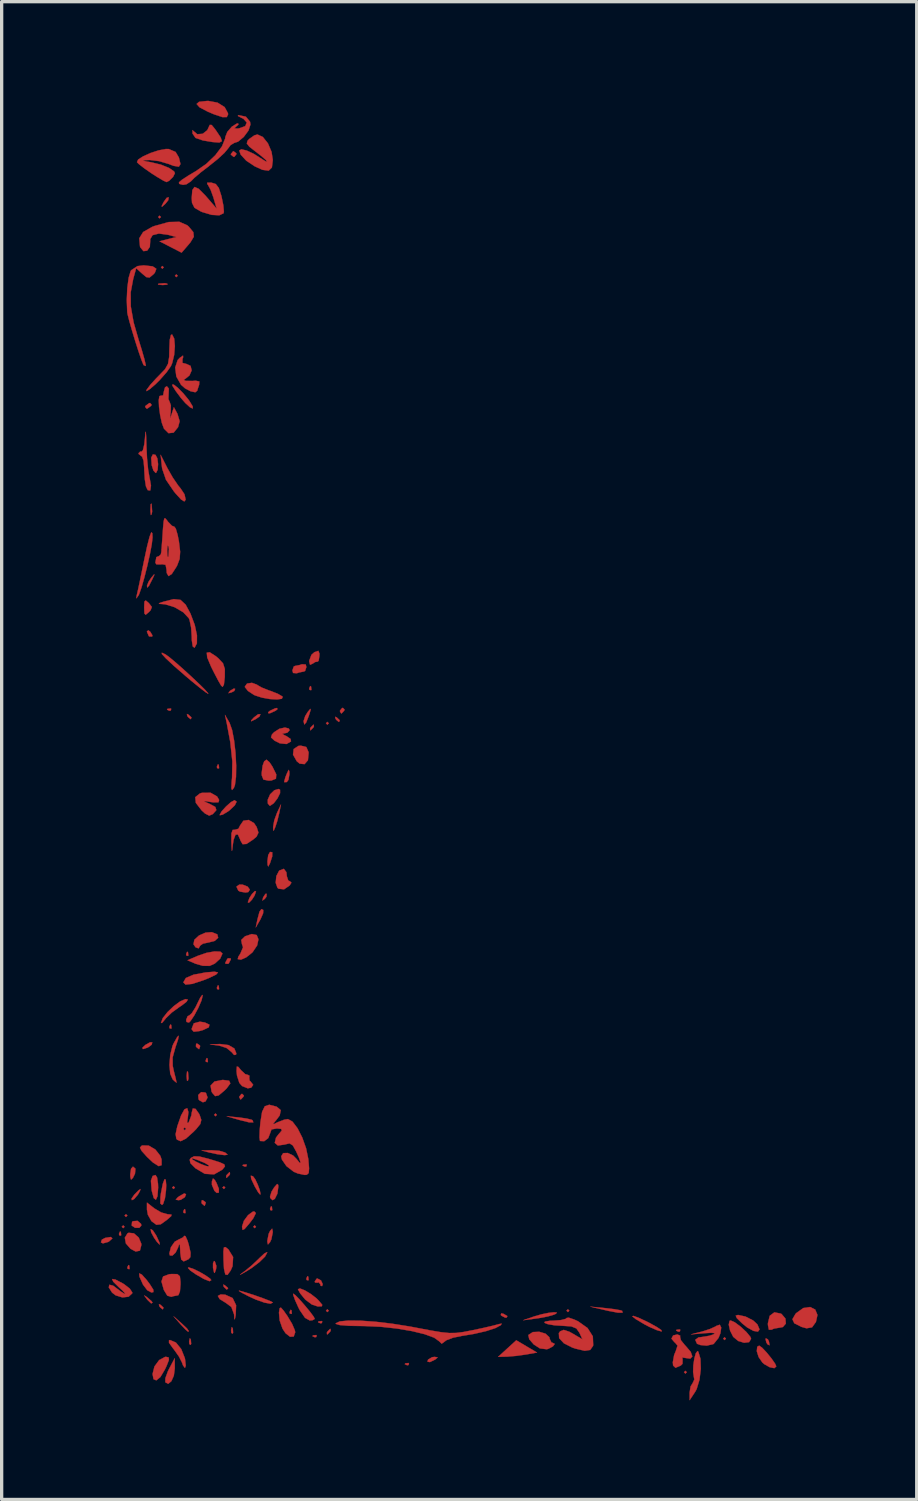
<source format=kicad_pcb>
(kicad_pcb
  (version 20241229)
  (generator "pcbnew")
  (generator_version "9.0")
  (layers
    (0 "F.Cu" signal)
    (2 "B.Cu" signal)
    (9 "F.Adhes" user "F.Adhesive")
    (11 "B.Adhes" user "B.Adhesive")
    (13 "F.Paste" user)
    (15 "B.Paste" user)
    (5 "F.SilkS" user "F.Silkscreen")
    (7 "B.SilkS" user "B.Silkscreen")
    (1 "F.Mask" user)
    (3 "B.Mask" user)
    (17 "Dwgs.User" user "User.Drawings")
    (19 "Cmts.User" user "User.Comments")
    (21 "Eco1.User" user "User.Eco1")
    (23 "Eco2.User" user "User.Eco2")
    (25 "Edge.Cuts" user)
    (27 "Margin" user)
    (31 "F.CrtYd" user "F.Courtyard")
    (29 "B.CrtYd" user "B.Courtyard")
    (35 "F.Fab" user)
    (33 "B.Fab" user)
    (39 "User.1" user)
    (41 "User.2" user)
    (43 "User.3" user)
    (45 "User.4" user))
  (footprint "border_ivy_copper"
    (layer "F.Cu")
    (at 10.881 19.648)
    (property "Reference" "border_ivy_copper" (at 0 0 0) (layer "F.Mask") (effects (font (size 1.524 1.524) (thickness 0.3))))
    (attr through_hole)
    (fp_poly (pts (xy -10.16 14.436) (xy -10.202 14.478) (xy -10.245 14.436) (xy -10.202 14.393) (xy -10.16 14.436)) (stroke (width 0.01) (type solid)) (fill yes) (layer "F.Cu"))
    (fp_poly (pts (xy -10.075 14.097) (xy -10.118 14.139) (xy -10.16 14.097) (xy -10.118 14.055) (xy -10.075 14.097)) (stroke (width 0.01) (type solid)) (fill yes) (layer "F.Cu"))
    (fp_poly (pts (xy -9.059 -16.129) (xy -9.102 -16.087) (xy -9.144 -16.129) (xy -9.102 -16.171) (xy -9.059 -16.129)) (stroke (width 0.01) (type solid)) (fill yes) (layer "F.Cu"))
    (fp_poly (pts (xy -8.975 -14.605) (xy -9.017 -14.563) (xy -9.059 -14.605) (xy -9.017 -14.647) (xy -8.975 -14.605)) (stroke (width 0.01) (type solid)) (fill yes) (layer "F.Cu"))
    (fp_poly (pts (xy -8.636 13.25) (xy -8.678 13.293) (xy -8.721 13.25) (xy -8.678 13.208) (xy -8.636 13.25)) (stroke (width 0.01) (type solid)) (fill yes) (layer "F.Cu"))
    (fp_poly (pts (xy -8.551 -14.351) (xy -8.594 -14.309) (xy -8.636 -14.351) (xy -8.594 -14.393) (xy -8.551 -14.351)) (stroke (width 0.01) (type solid)) (fill yes) (layer "F.Cu"))
    (fp_poly (pts (xy -7.366 11.049) (xy -7.408 11.091) (xy -7.451 11.049) (xy -7.408 11.007) (xy -7.366 11.049)) (stroke (width 0.01) (type solid)) (fill yes) (layer "F.Cu"))
    (fp_poly (pts (xy -7.112 13.25) (xy -7.154 13.293) (xy -7.197 13.25) (xy -7.154 13.208) (xy -7.112 13.25)) (stroke (width 0.01) (type solid)) (fill yes) (layer "F.Cu"))
    (fp_poly (pts (xy -6.181 14.436) (xy -6.223 14.478) (xy -6.265 14.436) (xy -6.223 14.393) (xy -6.181 14.436)) (stroke (width 0.01) (type solid)) (fill yes) (layer "F.Cu"))
    (fp_poly (pts (xy -3.979 -0.804) (xy -4.022 -0.762) (xy -4.064 -0.804) (xy -4.022 -0.847) (xy -3.979 -0.804)) (stroke (width 0.01) (type solid)) (fill yes) (layer "F.Cu"))
    (fp_poly (pts (xy -3.979 16.976) (xy -4.022 17.018) (xy -4.064 16.976) (xy -4.022 16.933) (xy -3.979 16.976)) (stroke (width 0.01) (type solid)) (fill yes) (layer "F.Cu"))
    (fp_poly (pts (xy 3.302 16.976) (xy 3.26 17.018) (xy 3.217 16.976) (xy 3.26 16.933) (xy 3.302 16.976)) (stroke (width 0.01) (type solid)) (fill yes) (layer "F.Cu"))
    (fp_poly (pts (xy 6.858 18.838) (xy 6.816 18.881) (xy 6.773 18.838) (xy 6.816 18.796) (xy 6.858 18.838)) (stroke (width 0.01) (type solid)) (fill yes) (layer "F.Cu"))
    (fp_poly (pts (xy 8.043 17.822) (xy 8.001 17.865) (xy 7.959 17.822) (xy 8.001 17.78) (xy 8.043 17.822)) (stroke (width 0.01) (type solid)) (fill yes) (layer "F.Cu"))
    (fp_poly (pts (xy -10.273 14.591) (xy -10.263 14.691) (xy -10.273 14.704) (xy -10.323 14.692) (xy -10.329 14.647) (xy -10.298 14.578) (xy -10.273 14.591)) (stroke (width 0.01) (type solid)) (fill yes) (layer "F.Cu"))
    (fp_poly (pts (xy -10.019 15.607) (xy -10.009 15.707) (xy -10.019 15.72) (xy -10.069 15.708) (xy -10.075 15.663) (xy -10.044 15.594) (xy -10.019 15.607)) (stroke (width 0.01) (type solid)) (fill yes) (layer "F.Cu"))
    (fp_poly (pts (xy -8.749 -1.242) (xy -8.761 -1.191) (xy -8.805 -1.185) (xy -8.875 -1.216) (xy -8.862 -1.242) (xy -8.761 -1.252) (xy -8.749 -1.242)) (stroke (width 0.01) (type solid)) (fill yes) (layer "F.Cu"))
    (fp_poly (pts (xy -8.749 8.326) (xy -8.739 8.426) (xy -8.749 8.438) (xy -8.799 8.427) (xy -8.805 8.382) (xy -8.774 8.312) (xy -8.749 8.326)) (stroke (width 0.01) (type solid)) (fill yes) (layer "F.Cu"))
    (fp_poly (pts (xy -8.326 13.914) (xy -8.315 14.014) (xy -8.326 14.026) (xy -8.376 14.015) (xy -8.382 13.97) (xy -8.351 13.9) (xy -8.326 13.914)) (stroke (width 0.01) (type solid)) (fill yes) (layer "F.Cu"))
    (fp_poly (pts (xy -8.241 6.124) (xy -8.231 6.225) (xy -8.241 6.237) (xy -8.291 6.225) (xy -8.297 6.181) (xy -8.266 6.111) (xy -8.241 6.124)) (stroke (width 0.01) (type solid)) (fill yes) (layer "F.Cu"))
    (fp_poly (pts (xy -8.155 17.849) (xy -8.145 17.981) (xy -8.162 18.011) (xy -8.2 17.986) (xy -8.206 17.9) (xy -8.185 17.81) (xy -8.155 17.849)) (stroke (width 0.01) (type solid)) (fill yes) (layer "F.Cu"))
    (fp_poly (pts (xy -7.648 9.342) (xy -7.638 9.442) (xy -7.648 9.454) (xy -7.699 9.443) (xy -7.705 9.398) (xy -7.674 9.328) (xy -7.648 9.342)) (stroke (width 0.01) (type solid)) (fill yes) (layer "F.Cu"))
    (fp_poly (pts (xy -7.31 0.452) (xy -7.299 0.552) (xy -7.31 0.564) (xy -7.36 0.553) (xy -7.366 0.508) (xy -7.335 0.438) (xy -7.31 0.452)) (stroke (width 0.01) (type solid)) (fill yes) (layer "F.Cu"))
    (fp_poly (pts (xy -7.31 7.14) (xy -7.299 7.241) (xy -7.31 7.253) (xy -7.36 7.241) (xy -7.366 7.197) (xy -7.335 7.127) (xy -7.31 7.14)) (stroke (width 0.01) (type solid)) (fill yes) (layer "F.Cu"))
    (fp_poly (pts (xy -6.885 17.51) (xy -6.875 17.642) (xy -6.892 17.672) (xy -6.93 17.647) (xy -6.936 17.561) (xy -6.915 17.471) (xy -6.885 17.51)) (stroke (width 0.01) (type solid)) (fill yes) (layer "F.Cu"))
    (fp_poly (pts (xy -6.463 12.559) (xy -6.475 12.609) (xy -6.519 12.615) (xy -6.589 12.584) (xy -6.576 12.559) (xy -6.475 12.549) (xy -6.463 12.559)) (stroke (width 0.01) (type solid)) (fill yes) (layer "F.Cu"))
    (fp_poly (pts (xy -5.701 13.829) (xy -5.691 13.929) (xy -5.701 13.942) (xy -5.751 13.93) (xy -5.757 13.885) (xy -5.726 13.816) (xy -5.701 13.829)) (stroke (width 0.01) (type solid)) (fill yes) (layer "F.Cu"))
    (fp_poly (pts (xy -5.108 16.962) (xy -5.098 17.062) (xy -5.108 17.074) (xy -5.159 17.063) (xy -5.165 17.018) (xy -5.134 16.948) (xy -5.108 16.962)) (stroke (width 0.01) (type solid)) (fill yes) (layer "F.Cu"))
    (fp_poly (pts (xy -4.6 15.946) (xy -4.59 16.046) (xy -4.6 16.058) (xy -4.651 16.047) (xy -4.657 16.002) (xy -4.626 15.932) (xy -4.6 15.946)) (stroke (width 0.01) (type solid)) (fill yes) (layer "F.Cu"))
    (fp_poly (pts (xy -4.516 -1.919) (xy -4.505 -1.819) (xy -4.516 -1.806) (xy -4.566 -1.818) (xy -4.572 -1.863) (xy -4.541 -1.932) (xy -4.516 -1.919)) (stroke (width 0.01) (type solid)) (fill yes) (layer "F.Cu"))
    (fp_poly (pts (xy -4.346 17.724) (xy -4.358 17.774) (xy -4.403 17.78) (xy -4.472 17.749) (xy -4.459 17.724) (xy -4.359 17.713) (xy -4.346 17.724)) (stroke (width 0.01) (type solid)) (fill yes) (layer "F.Cu"))
    (fp_poly (pts (xy -4.177 17.3) (xy -4.189 17.351) (xy -4.233 17.357) (xy -4.303 17.326) (xy -4.29 17.3) (xy -4.189 17.29) (xy -4.177 17.3)) (stroke (width 0.01) (type solid)) (fill yes) (layer "F.Cu"))
    (fp_poly (pts (xy -1.552 18.57) (xy -1.564 18.621) (xy -1.609 18.627) (xy -1.678 18.596) (xy -1.665 18.57) (xy -1.565 18.56) (xy -1.552 18.57)) (stroke (width 0.01) (type solid)) (fill yes) (layer "F.Cu"))
    (fp_poly (pts (xy 6.66 17.554) (xy 6.649 17.605) (xy 6.604 17.611) (xy 6.534 17.58) (xy 6.548 17.554) (xy 6.648 17.544) (xy 6.66 17.554)) (stroke (width 0.01) (type solid)) (fill yes) (layer "F.Cu"))
    (fp_poly (pts (xy -9.072 16.798) (xy -8.982 16.883) (xy -9 16.933) (xy -9.012 16.933) (xy -9.084 16.873) (xy -9.11 16.836) (xy -9.12 16.778) (xy -9.072 16.798)) (stroke (width 0.01) (type solid)) (fill yes) (layer "F.Cu"))
    (fp_poly (pts (xy -8.838 -16.638) (xy -8.926 -16.529) (xy -9.031 -16.435) (xy -9.034 -16.468) (xy -8.978 -16.581) (xy -8.887 -16.709) (xy -8.825 -16.727) (xy -8.838 -16.638)) (stroke (width 0.01) (type solid)) (fill yes) (layer "F.Cu"))
    (fp_poly (pts (xy -8.226 -1.066) (xy -8.135 -0.981) (xy -8.154 -0.932) (xy -8.165 -0.931) (xy -8.237 -0.991) (xy -8.263 -1.029) (xy -8.273 -1.087) (xy -8.226 -1.066)) (stroke (width 0.01) (type solid)) (fill yes) (layer "F.Cu"))
    (fp_poly (pts (xy -7.125 16.206) (xy -7.035 16.284) (xy -7.027 16.303) (xy -7.068 16.338) (xy -7.151 16.26) (xy -7.162 16.243) (xy -7.172 16.185) (xy -7.125 16.206)) (stroke (width 0.01) (type solid)) (fill yes) (layer "F.Cu"))
    (fp_poly (pts (xy -6.813 -1.846) (xy -6.839 -1.783) (xy -6.918 -1.741) (xy -7.017 -1.715) (xy -6.976 -1.777) (xy -6.965 -1.789) (xy -6.854 -1.855) (xy -6.813 -1.846)) (stroke (width 0.01) (type solid)) (fill yes) (layer "F.Cu"))
    (fp_poly (pts (xy -6.074 -1.011) (xy -6.195 -0.928) (xy -6.329 -0.864) (xy -6.327 -0.892) (xy -6.246 -0.98) (xy -6.119 -1.077) (xy -6.048 -1.081) (xy -6.074 -1.011)) (stroke (width 0.01) (type solid)) (fill yes) (layer "F.Cu"))
    (fp_poly (pts (xy -5.868 4.448) (xy -5.916 4.51) (xy -5.987 4.563) (xy -5.97 4.479) (xy -5.964 4.463) (xy -5.896 4.359) (xy -5.858 4.358) (xy -5.868 4.448)) (stroke (width 0.01) (type solid)) (fill yes) (layer "F.Cu"))
    (fp_poly (pts (xy -3.738 -0.982) (xy -3.648 -0.897) (xy -3.666 -0.847) (xy -3.678 -0.847) (xy -3.75 -0.907) (xy -3.776 -0.944) (xy -3.786 -1.002) (xy -3.738 -0.982)) (stroke (width 0.01) (type solid)) (fill yes) (layer "F.Cu"))
    (fp_poly (pts (xy 1.308 17.07) (xy 1.427 17.139) (xy 1.407 17.183) (xy 1.36 17.187) (xy 1.245 17.126) (xy 1.228 17.104) (xy 1.242 17.056) (xy 1.308 17.07)) (stroke (width 0.01) (type solid)) (fill yes) (layer "F.Cu"))
    (fp_poly (pts (xy 9.311 17.842) (xy 9.343 17.903) (xy 9.364 18.023) (xy 9.307 17.999) (xy 9.268 17.944) (xy 9.241 17.833) (xy 9.252 17.813) (xy 9.311 17.842)) (stroke (width 0.01) (type solid)) (fill yes) (layer "F.Cu"))
    (fp_poly (pts (xy -10.529 14.789) (xy -10.63 14.88) (xy -10.656 14.895) (xy -10.815 14.939) (xy -10.876 14.908) (xy -10.847 14.825) (xy -10.748 14.773) (xy -10.575 14.745) (xy -10.529 14.789)) (stroke (width 0.01) (type solid)) (fill yes) (layer "F.Cu"))
    (fp_poly (pts (xy -9.831 12.678) (xy -9.845 12.829) (xy -9.906 12.954) (xy -9.965 13.011) (xy -9.987 12.922) (xy -9.989 12.848) (xy -9.964 12.679) (xy -9.906 12.615) (xy -9.831 12.678)) (stroke (width 0.01) (type solid)) (fill yes) (layer "F.Cu"))
    (fp_poly (pts (xy -9.695 13.353) (xy -9.756 13.462) (xy -9.868 13.594) (xy -9.939 13.631) (xy -9.948 13.58) (xy -9.864 13.462) (xy -9.741 13.337) (xy -9.68 13.293) (xy -9.695 13.353)) (stroke (width 0.01) (type solid)) (fill yes) (layer "F.Cu"))
    (fp_poly (pts (xy -9.662 14.348) (xy -9.652 14.398) (xy -9.714 14.467) (xy -9.842 14.467) (xy -9.945 14.399) (xy -9.934 14.29) (xy -9.907 14.267) (xy -9.767 14.256) (xy -9.662 14.348)) (stroke (width 0.01) (type solid)) (fill yes) (layer "F.Cu"))
    (fp_poly (pts (xy -9.523 16.537) (xy -9.461 16.584) (xy -9.344 16.688) (xy -9.313 16.732) (xy -9.355 16.757) (xy -9.467 16.649) (xy -9.493 16.616) (xy -9.567 16.516) (xy -9.523 16.537)) (stroke (width 0.01) (type solid)) (fill yes) (layer "F.Cu"))
    (fp_poly (pts (xy -9.382 -3.574) (xy -9.318 -3.467) (xy -9.326 -3.43) (xy -9.414 -3.433) (xy -9.426 -3.443) (xy -9.482 -3.573) (xy -9.483 -3.587) (xy -9.44 -3.619) (xy -9.382 -3.574)) (stroke (width 0.01) (type solid)) (fill yes) (layer "F.Cu"))
    (fp_poly (pts (xy -9.342 -10.447) (xy -9.356 -10.414) (xy -9.468 -10.332) (xy -9.493 -10.329) (xy -9.539 -10.381) (xy -9.525 -10.414) (xy -9.413 -10.496) (xy -9.388 -10.499) (xy -9.342 -10.447)) (stroke (width 0.01) (type solid)) (fill yes) (layer "F.Cu"))
    (fp_poly (pts (xy -9.34 -7.429) (xy -9.326 -7.215) (xy -9.34 -7.133) (xy -9.364 -7.107) (xy -9.378 -7.224) (xy -9.378 -7.281) (xy -9.37 -7.435) (xy -9.348 -7.454) (xy -9.34 -7.429)) (stroke (width 0.01) (type solid)) (fill yes) (layer "F.Cu"))
    (fp_poly (pts (xy -9.322 8.853) (xy -9.34 8.925) (xy -9.451 9.007) (xy -9.587 9.054) (xy -9.61 9.055) (xy -9.618 9.013) (xy -9.531 8.931) (xy -9.39 8.853) (xy -9.322 8.853)) (stroke (width 0.01) (type solid)) (fill yes) (layer "F.Cu"))
    (fp_poly (pts (xy -9.263 -5.288) (xy -9.32 -5.165) (xy -9.421 -4.967) (xy -9.471 -4.912) (xy -9.483 -4.965) (xy -9.434 -5.089) (xy -9.351 -5.212) (xy -9.263 -5.316) (xy -9.263 -5.288)) (stroke (width 0.01) (type solid)) (fill yes) (layer "F.Cu"))
    (fp_poly (pts (xy -8.867 -14.11) (xy -8.864 -14.082) (xy -8.997 -14.071) (xy -9.017 -14.071) (xy -9.148 -14.083) (xy -9.136 -14.109) (xy -9.121 -14.113) (xy -8.937 -14.126) (xy -8.867 -14.11)) (stroke (width 0.01) (type solid)) (fill yes) (layer "F.Cu"))
    (fp_poly (pts (xy -8.445 17.35) (xy -8.269 17.516) (xy -8.214 17.596) (xy -8.24 17.611) (xy -8.308 17.554) (xy -8.441 17.414) (xy -8.473 17.378) (xy -8.678 17.145) (xy -8.445 17.35)) (stroke (width 0.01) (type solid)) (fill yes) (layer "F.Cu"))
    (fp_poly (pts (xy -8.299 13.451) (xy -8.336 13.541) (xy -8.461 13.621) (xy -8.53 13.631) (xy -8.612 13.616) (xy -8.557 13.551) (xy -8.504 13.511) (xy -8.353 13.426) (xy -8.299 13.451)) (stroke (width 0.01) (type solid)) (fill yes) (layer "F.Cu"))
    (fp_poly (pts (xy -8.243 9.745) (xy -8.239 9.759) (xy -8.226 9.944) (xy -8.242 10.013) (xy -8.27 10.016) (xy -8.281 9.884) (xy -8.281 9.864) (xy -8.269 9.732) (xy -8.243 9.745)) (stroke (width 0.01) (type solid)) (fill yes) (layer "F.Cu"))
    (fp_poly (pts (xy -7.877 8.951) (xy -7.874 8.975) (xy -7.903 9.057) (xy -7.911 9.059) (xy -7.984 9) (xy -8.001 8.975) (xy -7.994 8.897) (xy -7.964 8.89) (xy -7.877 8.951)) (stroke (width 0.01) (type solid)) (fill yes) (layer "F.Cu"))
    (fp_poly (pts (xy -7.708 13.693) (xy -7.705 13.716) (xy -7.734 13.798) (xy -7.742 13.801) (xy -7.814 13.741) (xy -7.832 13.716) (xy -7.825 13.638) (xy -7.794 13.631) (xy -7.708 13.693)) (stroke (width 0.01) (type solid)) (fill yes) (layer "F.Cu"))
    (fp_poly (pts (xy -7.429 15.482) (xy -7.381 15.622) (xy -7.391 15.718) (xy -7.43 15.828) (xy -7.448 15.833) (xy -7.483 15.681) (xy -7.483 15.539) (xy -7.452 15.472) (xy -7.429 15.482)) (stroke (width 0.01) (type solid)) (fill yes) (layer "F.Cu"))
    (fp_poly (pts (xy -6.969 12.839) (xy -6.985 12.869) (xy -7.065 12.95) (xy -7.08 12.954) (xy -7.085 12.899) (xy -7.07 12.869) (xy -6.99 12.788) (xy -6.975 12.785) (xy -6.969 12.839)) (stroke (width 0.01) (type solid)) (fill yes) (layer "F.Cu"))
    (fp_poly (pts (xy -6.949 6.312) (xy -6.943 6.34) (xy -7.004 6.46) (xy -7.027 6.477) (xy -7.105 6.473) (xy -7.112 6.445) (xy -7.05 6.325) (xy -7.027 6.308) (xy -6.949 6.312)) (stroke (width 0.01) (type solid)) (fill yes) (layer "F.Cu"))
    (fp_poly (pts (xy -6.776 -18.054) (xy -6.773 -18.034) (xy -6.838 -17.952) (xy -6.858 -17.949) (xy -6.94 -18.014) (xy -6.943 -18.034) (xy -6.878 -18.116) (xy -6.858 -18.119) (xy -6.776 -18.054)) (stroke (width 0.01) (type solid)) (fill yes) (layer "F.Cu"))
    (fp_poly (pts (xy -6.548 10.466) (xy -6.562 10.499) (xy -6.638 10.579) (xy -6.651 10.583) (xy -6.688 10.518) (xy -6.689 10.499) (xy -6.624 10.417) (xy -6.599 10.414) (xy -6.548 10.466)) (stroke (width 0.01) (type solid)) (fill yes) (layer "F.Cu"))
    (fp_poly (pts (xy -6.181 4.286) (xy -6.227 4.414) (xy -6.305 4.535) (xy -6.397 4.628) (xy -6.429 4.614) (xy -6.382 4.486) (xy -6.305 4.365) (xy -6.213 4.272) (xy -6.181 4.286)) (stroke (width 0.01) (type solid)) (fill yes) (layer "F.Cu"))
    (fp_poly (pts (xy -5.962 4.847) (xy -5.966 4.945) (xy -6.042 5.119) (xy -6.051 5.136) (xy -6.189 5.376) (xy -6.136 5.123) (xy -6.076 4.898) (xy -6.017 4.82) (xy -5.962 4.847)) (stroke (width 0.01) (type solid)) (fill yes) (layer "F.Cu"))
    (fp_poly (pts (xy -5.69 3.099) (xy -5.691 3.226) (xy -5.757 3.429) (xy -5.81 3.531) (xy -5.831 3.485) (xy -5.836 3.37) (xy -5.812 3.183) (xy -5.757 3.09) (xy -5.69 3.099)) (stroke (width 0.01) (type solid)) (fill yes) (layer "F.Cu"))
    (fp_poly (pts (xy -5.531 -1.232) (xy -5.588 -1.185) (xy -5.742 -1.114) (xy -5.8 -1.103) (xy -5.815 -1.138) (xy -5.757 -1.185) (xy -5.603 -1.257) (xy -5.546 -1.267) (xy -5.531 -1.232)) (stroke (width 0.01) (type solid)) (fill yes) (layer "F.Cu"))
    (fp_poly (pts (xy -4.429 -0.707) (xy -4.445 -0.677) (xy -4.525 -0.596) (xy -4.54 -0.593) (xy -4.545 -0.647) (xy -4.53 -0.677) (xy -4.45 -0.758) (xy -4.435 -0.762) (xy -4.429 -0.707)) (stroke (width 0.01) (type solid)) (fill yes) (layer "F.Cu"))
    (fp_poly (pts (xy -3.921 17.581) (xy -3.937 17.611) (xy -4.017 17.692) (xy -4.032 17.695) (xy -4.037 17.641) (xy -4.022 17.611) (xy -3.942 17.53) (xy -3.927 17.526) (xy -3.921 17.581)) (stroke (width 0.01) (type solid)) (fill yes) (layer "F.Cu"))
    (fp_poly (pts (xy -3.5 -1.218) (xy -3.514 -1.185) (xy -3.59 -1.105) (xy -3.603 -1.101) (xy -3.64 -1.166) (xy -3.641 -1.185) (xy -3.576 -1.267) (xy -3.551 -1.27) (xy -3.5 -1.218)) (stroke (width 0.01) (type solid)) (fill yes) (layer "F.Cu"))
    (fp_poly (pts (xy -0.683 18.388) (xy -0.745 18.446) (xy -0.762 18.457) (xy -0.917 18.532) (xy -0.991 18.52) (xy -0.974 18.457) (xy -0.853 18.384) (xy -0.778 18.374) (xy -0.683 18.388)) (stroke (width 0.01) (type solid)) (fill yes) (layer "F.Cu"))
    (fp_poly (pts (xy -9.428 -4.445) (xy -9.335 -4.326) (xy -9.371 -4.228) (xy -9.428 -4.167) (xy -9.522 -4.088) (xy -9.56 -4.129) (xy -9.567 -4.306) (xy -9.56 -4.487) (xy -9.52 -4.523) (xy -9.428 -4.445)) (stroke (width 0.01) (type solid)) (fill yes) (layer "F.Cu"))
    (fp_poly (pts (xy -8.64 18.722) (xy -8.669 18.943) (xy -8.744 19.111) (xy -8.84 19.19) (xy -8.928 19.141) (xy -8.925 19.019) (xy -8.852 18.817) (xy -8.812 18.735) (xy -8.643 18.415) (xy -8.64 18.722)) (stroke (width 0.01) (type solid)) (fill yes) (layer "F.Cu"))
    (fp_poly (pts (xy -7.718 10.371) (xy -7.695 10.39) (xy -7.648 10.523) (xy -7.709 10.641) (xy -7.789 10.668) (xy -7.898 10.606) (xy -7.921 10.576) (xy -7.931 10.447) (xy -7.841 10.36) (xy -7.718 10.371)) (stroke (width 0.01) (type solid)) (fill yes) (layer "F.Cu"))
    (fp_poly (pts (xy -7.429 13.019) (xy -7.378 13.107) (xy -7.306 13.287) (xy -7.307 13.401) (xy -7.37 13.412) (xy -7.44 13.348) (xy -7.517 13.167) (xy -7.517 13.064) (xy -7.484 12.972) (xy -7.429 13.019)) (stroke (width 0.01) (type solid)) (fill yes) (layer "F.Cu"))
    (fp_poly (pts (xy -6.703 11.126) (xy -6.467 11.159) (xy -6.312 11.197) (xy -6.287 11.211) (xy -6.263 11.276) (xy -6.39 11.275) (xy -6.671 11.206) (xy -6.689 11.201) (xy -7.07 11.091) (xy -6.703 11.126)) (stroke (width 0.01) (type solid)) (fill yes) (layer "F.Cu"))
    (fp_poly (pts (xy -6.589 4.079) (xy -6.434 4.14) (xy -6.369 4.231) (xy -6.414 4.304) (xy -6.498 4.318) (xy -6.662 4.292) (xy -6.717 4.262) (xy -6.774 4.141) (xy -6.687 4.078) (xy -6.589 4.079)) (stroke (width 0.01) (type solid)) (fill yes) (layer "F.Cu"))
    (fp_poly (pts (xy -5.477 1.905) (xy -5.537 2.15) (xy -5.595 2.328) (xy -5.647 2.45) (xy -5.662 2.413) (xy -5.663 2.328) (xy -5.629 2.133) (xy -5.545 1.905) (xy -5.426 1.651) (xy -5.477 1.905)) (stroke (width 0.01) (type solid)) (fill yes) (layer "F.Cu"))
    (fp_poly (pts (xy -5.174 0.648) (xy -5.171 0.736) (xy -5.2 0.906) (xy -5.249 0.974) (xy -5.324 0.979) (xy -5.328 0.957) (xy -5.293 0.831) (xy -5.249 0.72) (xy -5.193 0.604) (xy -5.174 0.648)) (stroke (width 0.01) (type solid)) (fill yes) (layer "F.Cu"))
    (fp_poly (pts (xy 2.011 18.058) (xy 2.325 18.243) (xy 1.988 18.303) (xy 1.697 18.344) (xy 1.428 18.367) (xy 1.399 18.368) (xy 1.148 18.373) (xy 1.422 18.122) (xy 1.696 17.872) (xy 2.011 18.058)) (stroke (width 0.01) (type solid)) (fill yes) (layer "F.Cu"))
    (fp_poly (pts (xy 4.401 16.899) (xy 4.664 16.93) (xy 4.848 16.963) (xy 4.902 16.981) (xy 4.914 17.037) (xy 4.778 17.037) (xy 4.49 16.983) (xy 4.403 16.963) (xy 3.937 16.854) (xy 4.401 16.899)) (stroke (width 0.01) (type solid)) (fill yes) (layer "F.Cu"))
    (fp_poly (pts (xy -9.307 14.542) (xy -9.209 14.689) (xy -9.19 14.724) (xy -9.1 14.922) (xy -9.101 14.977) (xy -9.185 14.887) (xy -9.268 14.767) (xy -9.356 14.602) (xy -9.37 14.506) (xy -9.369 14.505) (xy -9.307 14.542)) (stroke (width 0.01) (type solid)) (fill yes) (layer "F.Cu"))
    (fp_poly (pts (xy -9.223 -8.929) (xy -9.168 -8.824) (xy -9.146 -8.65) (xy -9.159 -8.479) (xy -9.206 -8.385) (xy -9.219 -8.382) (xy -9.287 -8.455) (xy -9.338 -8.614) (xy -9.355 -8.843) (xy -9.303 -8.945) (xy -9.223 -8.929)) (stroke (width 0.01) (type solid)) (fill yes) (layer "F.Cu"))
    (fp_poly (pts (xy -7.73 8.252) (xy -7.591 8.318) (xy -7.611 8.399) (xy -7.785 8.481) (xy -7.895 8.512) (xy -8.067 8.532) (xy -8.126 8.466) (xy -8.128 8.439) (xy -8.064 8.277) (xy -7.881 8.228) (xy -7.73 8.252)) (stroke (width 0.01) (type solid)) (fill yes) (layer "F.Cu"))
    (fp_poly (pts (xy -7.297 12.135) (xy -7.12 12.187) (xy -7.112 12.192) (xy -7.041 12.254) (xy -7.123 12.267) (xy -7.154 12.265) (xy -7.361 12.238) (xy -7.578 12.192) (xy -7.832 12.127) (xy -7.535 12.119) (xy -7.297 12.135)) (stroke (width 0.01) (type solid)) (fill yes) (layer "F.Cu"))
    (fp_poly (pts (xy -7.014 8.936) (xy -6.837 9.039) (xy -6.778 9.186) (xy -6.787 9.227) (xy -6.845 9.236) (xy -6.919 9.15) (xy -7.075 9.023) (xy -7.3 8.951) (xy -7.578 8.917) (xy -7.271 8.904) (xy -7.014 8.936)) (stroke (width 0.01) (type solid)) (fill yes) (layer "F.Cu"))
    (fp_poly (pts (xy -5.676 14.574) (xy -5.675 14.605) (xy -5.716 14.813) (xy -5.757 14.901) (xy -5.821 14.973) (xy -5.839 14.89) (xy -5.839 14.859) (xy -5.799 14.651) (xy -5.757 14.563) (xy -5.694 14.491) (xy -5.676 14.574)) (stroke (width 0.01) (type solid)) (fill yes) (layer "F.Cu"))
    (fp_poly (pts (xy -5.509 13.17) (xy -5.506 13.222) (xy -5.535 13.435) (xy -5.612 13.591) (xy -5.682 13.631) (xy -5.751 13.564) (xy -5.757 13.521) (xy -5.71 13.37) (xy -5.633 13.245) (xy -5.541 13.14) (xy -5.509 13.17)) (stroke (width 0.01) (type solid)) (fill yes) (layer "F.Cu"))
    (fp_poly (pts (xy -4.527 -1.213) (xy -4.58 -1.042) (xy -4.581 -1.037) (xy -4.664 -0.827) (xy -4.72 -0.767) (xy -4.741 -0.864) (xy -4.741 -0.873) (xy -4.693 -1.023) (xy -4.615 -1.148) (xy -4.537 -1.242) (xy -4.527 -1.213)) (stroke (width 0.01) (type solid)) (fill yes) (layer "F.Cu"))
    (fp_poly (pts (xy -9.877 14.635) (xy -9.732 14.763) (xy -9.654 14.949) (xy -9.652 14.987) (xy -9.696 15.159) (xy -9.824 15.185) (xy -9.977 15.105) (xy -10.12 14.942) (xy -10.153 14.767) (xy -10.071 14.635) (xy -10.035 14.618) (xy -9.877 14.635)) (stroke (width 0.01) (type solid)) (fill yes) (layer "F.Cu"))
    (fp_poly (pts (xy -9.64 15.881) (xy -9.491 16.047) (xy -9.396 16.174) (xy -9.29 16.341) (xy -9.287 16.413) (xy -9.348 16.425) (xy -9.473 16.357) (xy -9.6 16.19) (xy -9.607 16.176) (xy -9.71 15.945) (xy -9.717 15.847) (xy -9.64 15.881)) (stroke (width 0.01) (type solid)) (fill yes) (layer "F.Cu"))
    (fp_poly (pts (xy -9.176 12.945) (xy -9.148 13.137) (xy -9.144 13.25) (xy -9.164 13.51) (xy -9.212 13.618) (xy -9.275 13.571) (xy -9.334 13.362) (xy -9.341 13.322) (xy -9.363 13.042) (xy -9.311 12.898) (xy -9.224 12.869) (xy -9.176 12.945)) (stroke (width 0.01) (type solid)) (fill yes) (layer "F.Cu"))
    (fp_poly (pts (xy -8.914 13.009) (xy -8.9 13.173) (xy -8.906 13.33) (xy -8.938 13.576) (xy -8.992 13.741) (xy -9.025 13.776) (xy -9.078 13.731) (xy -9.075 13.539) (xy -9.06 13.422) (xy -9.004 13.139) (xy -8.952 12.999) (xy -8.914 13.009)) (stroke (width 0.01) (type solid)) (fill yes) (layer "F.Cu"))
    (fp_poly (pts (xy -8.097 15.703) (xy -7.907 15.793) (xy -7.711 15.906) (xy -7.57 16.006) (xy -7.535 16.051) (xy -7.589 16.084) (xy -7.758 16.017) (xy -8.001 15.877) (xy -8.174 15.757) (xy -8.242 15.681) (xy -8.223 15.666) (xy -8.097 15.703)) (stroke (width 0.01) (type solid)) (fill yes) (layer "F.Cu"))
    (fp_poly (pts (xy -7.332 6.737) (xy -7.389 6.802) (xy -7.61 6.908) (xy -7.77 6.972) (xy -8.109 7.084) (xy -8.315 7.105) (xy -8.382 7.038) (xy -8.305 6.905) (xy -8.071 6.805) (xy -7.705 6.737) (xy -7.437 6.715) (xy -7.332 6.737)) (stroke (width 0.01) (type solid)) (fill yes) (layer "F.Cu"))
    (fp_poly (pts (xy -7.26 6.108) (xy -7.197 6.164) (xy -7.265 6.319) (xy -7.428 6.468) (xy -7.585 6.539) (xy -7.79 6.537) (xy -8.009 6.475) (xy -8.255 6.369) (xy -7.94 6.233) (xy -7.679 6.144) (xy -7.436 6.101) (xy -7.26 6.108)) (stroke (width 0.01) (type solid)) (fill yes) (layer "F.Cu"))
    (fp_poly (pts (xy -7.017 15.122) (xy -6.875 15.351) (xy -6.891 15.628) (xy -6.946 15.754) (xy -7.044 15.893) (xy -7.111 15.88) (xy -7.151 15.707) (xy -7.165 15.447) (xy -7.169 15.184) (xy -7.153 15.061) (xy -7.105 15.051) (xy -7.017 15.122)) (stroke (width 0.01) (type solid)) (fill yes) (layer "F.Cu"))
    (fp_poly (pts (xy -6.274 12.907) (xy -6.206 12.997) (xy -6.129 13.16) (xy -6.067 13.33) (xy -6.045 13.445) (xy -6.056 13.462) (xy -6.115 13.395) (xy -6.21 13.232) (xy -6.221 13.212) (xy -6.327 12.986) (xy -6.339 12.89) (xy -6.274 12.907)) (stroke (width 0.01) (type solid)) (fill yes) (layer "F.Cu"))
    (fp_poly (pts (xy -6.186 14.021) (xy -6.263 14.177) (xy -6.395 14.351) (xy -6.528 14.504) (xy -6.588 14.532) (xy -6.603 14.446) (xy -6.604 14.428) (xy -6.549 14.256) (xy -6.422 14.083) (xy -6.278 13.978) (xy -6.237 13.97) (xy -6.186 14.021)) (stroke (width 0.01) (type solid)) (fill yes) (layer "F.Cu"))
    (fp_poly (pts (xy -5.454 1.207) (xy -5.453 1.309) (xy -5.531 1.467) (xy -5.645 1.616) (xy -5.754 1.692) (xy -5.765 1.693) (xy -5.824 1.624) (xy -5.827 1.511) (xy -5.755 1.347) (xy -5.627 1.223) (xy -5.498 1.184) (xy -5.454 1.207)) (stroke (width 0.01) (type solid)) (fill yes) (layer "F.Cu"))
    (fp_poly (pts (xy -4.659 -0.086) (xy -4.592 0.067) (xy -4.589 0.092) (xy -4.61 0.315) (xy -4.712 0.432) (xy -4.86 0.417) (xy -4.948 0.345) (xy -5.061 0.144) (xy -5.042 -0.025) (xy -4.901 -0.119) (xy -4.825 -0.127) (xy -4.659 -0.086)) (stroke (width 0.01) (type solid)) (fill yes) (layer "F.Cu"))
    (fp_poly (pts (xy -4.214 16.06) (xy -4.162 16.173) (xy -4.183 16.233) (xy -4.229 16.218) (xy -4.233 16.18) (xy -4.283 16.117) (xy -4.318 16.129) (xy -4.396 16.122) (xy -4.403 16.092) (xy -4.345 16.005) (xy -4.323 16.002) (xy -4.214 16.06)) (stroke (width 0.01) (type solid)) (fill yes) (layer "F.Cu"))
    (fp_poly (pts (xy 2.924 17.031) (xy 2.899 17.068) (xy 2.836 17.097) (xy 2.648 17.151) (xy 2.381 17.202) (xy 2.286 17.215) (xy 1.905 17.265) (xy 2.244 17.148) (xy 2.459 17.086) (xy 2.668 17.043) (xy 2.835 17.024) (xy 2.924 17.031)) (stroke (width 0.01) (type solid)) (fill yes) (layer "F.Cu"))
    (fp_poly (pts (xy 8.633 17.153) (xy 8.864 17.27) (xy 8.995 17.391) (xy 9.06 17.544) (xy 9.012 17.61) (xy 8.877 17.588) (xy 8.684 17.482) (xy 8.532 17.359) (xy 8.373 17.203) (xy 8.339 17.126) (xy 8.409 17.105) (xy 8.633 17.153)) (stroke (width 0.01) (type solid)) (fill yes) (layer "F.Cu"))
    (fp_poly (pts (xy -9.429 11.979) (xy -9.228 12.098) (xy -9.078 12.288) (xy -9.04 12.399) (xy -9.039 12.571) (xy -9.127 12.601) (xy -9.3 12.492) (xy -9.48 12.322) (xy -9.643 12.141) (xy -9.694 12.04) (xy -9.646 11.984) (xy -9.623 11.974) (xy -9.429 11.979)) (stroke (width 0.01) (type solid)) (fill yes) (layer "F.Cu"))
    (fp_poly (pts (xy -8.826 18.391) (xy -8.819 18.469) (xy -8.887 18.645) (xy -8.939 18.755) (xy -9.076 18.985) (xy -9.199 19.085) (xy -9.284 19.049) (xy -9.313 18.891) (xy -9.255 18.663) (xy -9.113 18.471) (xy -8.934 18.375) (xy -8.905 18.373) (xy -8.826 18.391)) (stroke (width 0.01) (type solid)) (fill yes) (layer "F.Cu"))
    (fp_poly (pts (xy -7.113 16.492) (xy -6.889 16.594) (xy -6.784 16.812) (xy -6.797 17.115) (xy -6.825 17.242) (xy -6.839 17.211) (xy -6.846 17.086) (xy -6.928 16.864) (xy -7.085 16.747) (xy -7.281 16.625) (xy -7.337 16.53) (xy -7.251 16.484) (xy -7.113 16.492)) (stroke (width 0.01) (type solid)) (fill yes) (layer "F.Cu"))
    (fp_poly (pts (xy -6.995 10.015) (xy -6.959 10.096) (xy -7.071 10.248) (xy -7.139 10.315) (xy -7.312 10.46) (xy -7.419 10.481) (xy -7.506 10.382) (xy -7.528 10.342) (xy -7.557 10.162) (xy -7.439 10.039) (xy -7.194 9.991) (xy -7.18 9.991) (xy -6.995 10.015)) (stroke (width 0.01) (type solid)) (fill yes) (layer "F.Cu"))
    (fp_poly (pts (xy -6.768 1.568) (xy -6.824 1.68) (xy -6.981 1.828) (xy -7.027 1.863) (xy -7.19 1.961) (xy -7.277 1.979) (xy -7.281 1.968) (xy -7.223 1.862) (xy -7.089 1.714) (xy -6.939 1.581) (xy -6.832 1.524) (xy -6.831 1.524) (xy -6.768 1.568)) (stroke (width 0.01) (type solid)) (fill yes) (layer "F.Cu"))
    (fp_poly (pts (xy -5.773 0.375) (xy -5.684 0.509) (xy -5.569 0.742) (xy -5.578 0.874) (xy -5.717 0.928) (xy -5.805 0.931) (xy -5.957 0.9) (xy -6.008 0.771) (xy -6.01 0.699) (xy -5.982 0.48) (xy -5.933 0.346) (xy -5.864 0.297) (xy -5.773 0.375)) (stroke (width 0.01) (type solid)) (fill yes) (layer "F.Cu"))
    (fp_poly (pts (xy -4.677 -2.584) (xy -4.657 -2.507) (xy -4.696 -2.388) (xy -4.734 -2.371) (xy -4.876 -2.343) (xy -4.946 -2.319) (xy -5.059 -2.327) (xy -5.08 -2.404) (xy -5.04 -2.522) (xy -5.002 -2.54) (xy -4.86 -2.568) (xy -4.791 -2.591) (xy -4.677 -2.584)) (stroke (width 0.01) (type solid)) (fill yes) (layer "F.Cu"))
    (fp_poly (pts (xy -4.261 -2.913) (xy -4.264 -2.842) (xy -4.285 -2.701) (xy -4.31 -2.673) (xy -4.394 -2.658) (xy -4.458 -2.614) (xy -4.546 -2.574) (xy -4.572 -2.679) (xy -4.572 -2.696) (xy -4.504 -2.877) (xy -4.412 -2.958) (xy -4.294 -2.998) (xy -4.261 -2.913)) (stroke (width 0.01) (type solid)) (fill yes) (layer "F.Cu"))
    (fp_poly (pts (xy 10.745 16.941) (xy 10.813 17.105) (xy 10.767 17.317) (xy 10.65 17.48) (xy 10.482 17.509) (xy 10.329 17.466) (xy 10.112 17.357) (xy 10.055 17.235) (xy 10.147 17.075) (xy 10.172 17.048) (xy 10.386 16.895) (xy 10.59 16.865) (xy 10.745 16.941)) (stroke (width 0.01) (type solid)) (fill yes) (layer "F.Cu"))
    (fp_poly (pts (xy -8.553 -10.964) (xy -8.395 -10.805) (xy -8.236 -10.614) (xy -8.198 -10.562) (xy -8.097 -10.394) (xy -8.098 -10.333) (xy -8.18 -10.37) (xy -8.321 -10.498) (xy -8.46 -10.659) (xy -8.611 -10.862) (xy -8.705 -11.011) (xy -8.721 -11.053) (xy -8.673 -11.057) (xy -8.553 -10.964)) (stroke (width 0.01) (type solid)) (fill yes) (layer "F.Cu"))
    (fp_poly (pts (xy -7.346 -19.591) (xy -7.131 -19.456) (xy -7.03 -19.27) (xy -7.027 -19.234) (xy -7.067 -19.154) (xy -7.199 -19.153) (xy -7.445 -19.235) (xy -7.64 -19.317) (xy -7.892 -19.45) (xy -7.98 -19.551) (xy -7.905 -19.616) (xy -7.665 -19.642) (xy -7.628 -19.643) (xy -7.346 -19.591)) (stroke (width 0.01) (type solid)) (fill yes) (layer "F.Cu"))
    (fp_poly (pts (xy -6.475 16.43) (xy -6.216 16.513) (xy -5.964 16.602) (xy -5.767 16.678) (xy -5.674 16.725) (xy -5.673 16.728) (xy -5.742 16.765) (xy -5.926 16.732) (xy -6.19 16.638) (xy -6.392 16.546) (xy -6.598 16.44) (xy -6.701 16.378) (xy -6.689 16.369) (xy -6.475 16.43)) (stroke (width 0.01) (type solid)) (fill yes) (layer "F.Cu"))
    (fp_poly (pts (xy 5.397 17.189) (xy 5.672 17.318) (xy 5.728 17.347) (xy 5.957 17.474) (xy 6.09 17.566) (xy 6.099 17.604) (xy 6.096 17.605) (xy 5.954 17.566) (xy 5.727 17.467) (xy 5.567 17.383) (xy 5.314 17.232) (xy 5.209 17.148) (xy 5.239 17.133) (xy 5.397 17.189)) (stroke (width 0.01) (type solid)) (fill yes) (layer "F.Cu"))
    (fp_poly (pts (xy 9.136 18.095) (xy 9.275 18.242) (xy 9.422 18.423) (xy 9.534 18.584) (xy 9.567 18.663) (xy 9.508 18.716) (xy 9.367 18.687) (xy 9.203 18.594) (xy 9.144 18.542) (xy 9.032 18.379) (xy 8.977 18.202) (xy 8.99 18.069) (xy 9.049 18.034) (xy 9.136 18.095)) (stroke (width 0.01) (type solid)) (fill yes) (layer "F.Cu"))
    (fp_poly (pts (xy 9.704 17.064) (xy 9.727 17.077) (xy 9.844 17.215) (xy 9.856 17.367) (xy 9.766 17.471) (xy 9.694 17.485) (xy 9.499 17.518) (xy 9.419 17.553) (xy 9.343 17.553) (xy 9.314 17.409) (xy 9.313 17.359) (xy 9.368 17.131) (xy 9.509 17.026) (xy 9.704 17.064)) (stroke (width 0.01) (type solid)) (fill yes) (layer "F.Cu"))
    (fp_poly (pts (xy -9.26 13.879) (xy -9.05 14.003) (xy -8.859 14.057) (xy -8.857 14.057) (xy -8.741 14.066) (xy -8.747 14.111) (xy -8.878 14.227) (xy -9.065 14.361) (xy -9.197 14.376) (xy -9.335 14.275) (xy -9.35 14.26) (xy -9.455 14.073) (xy -9.483 13.915) (xy -9.483 13.704) (xy -9.26 13.879)) (stroke (width 0.01) (type solid)) (fill yes) (layer "F.Cu"))
    (fp_poly (pts (xy -8.606 17.941) (xy -8.445 18.138) (xy -8.337 18.41) (xy -8.33 18.442) (xy -8.308 18.639) (xy -8.333 18.709) (xy -8.39 18.634) (xy -8.424 18.542) (xy -8.514 18.365) (xy -8.664 18.152) (xy -8.692 18.118) (xy -8.816 17.946) (xy -8.815 17.87) (xy -8.784 17.865) (xy -8.606 17.941)) (stroke (width 0.01) (type solid)) (fill yes) (layer "F.Cu"))
    (fp_poly (pts (xy -8.246 7.558) (xy -8.284 7.624) (xy -8.429 7.737) (xy -8.505 7.787) (xy -8.731 7.951) (xy -8.908 8.122) (xy -8.932 8.154) (xy -9.025 8.264) (xy -9.059 8.268) (xy -9.003 8.118) (xy -8.859 7.936) (xy -8.67 7.756) (xy -8.476 7.613) (xy -8.316 7.544) (xy -8.246 7.558)) (stroke (width 0.01) (type solid)) (fill yes) (layer "F.Cu"))
    (fp_poly (pts (xy -7.393 -2.831) (xy -7.323 -2.772) (xy -7.181 -2.621) (xy -7.125 -2.448) (xy -7.127 -2.201) (xy -7.153 -1.977) (xy -7.192 -1.905) (xy -7.239 -1.947) (xy -7.322 -2.091) (xy -7.446 -2.327) (xy -7.542 -2.519) (xy -7.659 -2.797) (xy -7.672 -2.942) (xy -7.582 -2.954) (xy -7.393 -2.831)) (stroke (width 0.01) (type solid)) (fill yes) (layer "F.Cu"))
    (fp_poly (pts (xy -7.354 5.584) (xy -7.327 5.686) (xy -7.429 5.782) (xy -7.599 5.826) (xy -7.786 5.866) (xy -7.873 5.926) (xy -7.874 5.932) (xy -7.92 6.009) (xy -8.012 5.976) (xy -8.074 5.885) (xy -8.048 5.749) (xy -7.908 5.62) (xy -7.708 5.532) (xy -7.519 5.518) (xy -7.354 5.584)) (stroke (width 0.01) (type solid)) (fill yes) (layer "F.Cu"))
    (fp_poly (pts (xy -5.842 15.216) (xy -5.909 15.339) (xy -6.082 15.508) (xy -6.32 15.688) (xy -6.477 15.786) (xy -6.64 15.877) (xy -6.664 15.884) (xy -6.556 15.803) (xy -6.519 15.777) (xy -6.314 15.608) (xy -6.096 15.402) (xy -6.075 15.38) (xy -5.931 15.247) (xy -5.849 15.204) (xy -5.842 15.216)) (stroke (width 0.01) (type solid)) (fill yes) (layer "F.Cu"))
    (fp_poly (pts (xy -5.346 16.975) (xy -5.228 17.143) (xy -5.09 17.374) (xy -5.006 17.57) (xy -4.995 17.63) (xy -5.041 17.759) (xy -5.151 17.765) (xy -5.287 17.659) (xy -5.379 17.52) (xy -5.466 17.271) (xy -5.487 17.034) (xy -5.487 17.034) (xy -5.467 16.904) (xy -5.429 16.881) (xy -5.346 16.975)) (stroke (width 0.01) (type solid)) (fill yes) (layer "F.Cu"))
    (fp_poly (pts (xy -5.262 3.703) (xy -5.249 3.824) (xy -5.206 3.954) (xy -5.154 3.979) (xy -5.11 4.02) (xy -5.165 4.106) (xy -5.333 4.222) (xy -5.499 4.203) (xy -5.532 4.177) (xy -5.586 4.024) (xy -5.566 3.82) (xy -5.483 3.66) (xy -5.474 3.652) (xy -5.34 3.601) (xy -5.262 3.703)) (stroke (width 0.01) (type solid)) (fill yes) (layer "F.Cu"))
    (fp_poly (pts (xy -4.995 16.502) (xy -4.864 16.636) (xy -4.704 16.818) (xy -4.549 17.006) (xy -4.437 17.157) (xy -4.403 17.225) (xy -4.473 17.265) (xy -4.555 17.272) (xy -4.698 17.192) (xy -4.856 16.962) (xy -4.898 16.881) (xy -5 16.654) (xy -5.055 16.499) (xy -5.058 16.46) (xy -4.995 16.502)) (stroke (width 0.01) (type solid)) (fill yes) (layer "F.Cu"))
    (fp_poly (pts (xy -4.708 16.359) (xy -4.524 16.469) (xy -4.347 16.607) (xy -4.284 16.671) (xy -4.177 16.798) (xy -4.19 16.843) (xy -4.309 16.849) (xy -4.491 16.789) (xy -4.685 16.644) (xy -4.703 16.625) (xy -4.841 16.457) (xy -4.909 16.337) (xy -4.911 16.326) (xy -4.852 16.303) (xy -4.708 16.359)) (stroke (width 0.01) (type solid)) (fill yes) (layer "F.Cu"))
    (fp_poly (pts (xy 8.31 17.327) (xy 8.488 17.46) (xy 8.663 17.623) (xy 8.783 17.769) (xy 8.805 17.827) (xy 8.743 17.928) (xy 8.593 17.947) (xy 8.415 17.893) (xy 8.266 17.77) (xy 8.26 17.761) (xy 8.168 17.578) (xy 8.128 17.4) (xy 8.151 17.286) (xy 8.184 17.272) (xy 8.31 17.327)) (stroke (width 0.01) (type solid)) (fill yes) (layer "F.Cu"))
    (fp_poly (pts (xy -8.862 -8.524) (xy -8.705 -8.248) (xy -8.54 -8.005) (xy -8.468 -7.918) (xy -8.346 -7.735) (xy -8.311 -7.573) (xy -8.311 -7.572) (xy -8.352 -7.519) (xy -8.448 -7.577) (xy -8.616 -7.761) (xy -8.666 -7.822) (xy -8.907 -8.176) (xy -9.021 -8.508) (xy -9.031 -8.576) (xy -9.069 -8.932) (xy -8.862 -8.524)) (stroke (width 0.01) (type solid)) (fill yes) (layer "F.Cu"))
    (fp_poly (pts (xy -8.562 15.869) (xy -8.486 15.934) (xy -8.467 16.107) (xy -8.467 16.181) (xy -8.484 16.39) (xy -8.529 16.503) (xy -8.544 16.51) (xy -8.688 16.538) (xy -8.744 16.557) (xy -8.867 16.521) (xy -8.971 16.349) (xy -9.044 16.092) (xy -8.993 15.939) (xy -8.808 15.872) (xy -8.736 15.866) (xy -8.562 15.869)) (stroke (width 0.01) (type solid)) (fill yes) (layer "F.Cu"))
    (fp_poly (pts (xy -7.795 7.433) (xy -7.831 7.584) (xy -7.927 7.807) (xy -8.05 8.038) (xy -8.165 8.21) (xy -8.211 8.254) (xy -8.285 8.236) (xy -8.297 8.175) (xy -8.251 8.06) (xy -8.209 8.043) (xy -8.126 7.973) (xy -8.014 7.794) (xy -7.961 7.684) (xy -7.868 7.497) (xy -7.808 7.418) (xy -7.795 7.433)) (stroke (width 0.01) (type solid)) (fill yes) (layer "F.Cu"))
    (fp_poly (pts (xy -6.982 -0.817) (xy -6.906 -0.603) (xy -6.845 -0.284) (xy -6.802 0.091) (xy -6.782 0.474) (xy -6.787 0.816) (xy -6.82 1.067) (xy -6.852 1.151) (xy -6.907 1.216) (xy -6.928 1.165) (xy -6.92 0.978) (xy -6.907 0.844) (xy -6.898 0.352) (xy -6.961 -0.237) (xy -7.067 -0.804) (xy -7.121 -1.058) (xy -6.982 -0.817)) (stroke (width 0.01) (type solid)) (fill yes) (layer "F.Cu"))
    (fp_poly (pts (xy -6.716 9.597) (xy -6.638 9.694) (xy -6.509 9.815) (xy -6.422 9.84) (xy -6.375 9.869) (xy -6.387 9.898) (xy -6.378 10.009) (xy -6.351 10.032) (xy -6.267 10.14) (xy -6.329 10.226) (xy -6.432 10.245) (xy -6.603 10.176) (xy -6.686 10.081) (xy -6.757 9.859) (xy -6.771 9.721) (xy -6.762 9.585) (xy -6.716 9.597)) (stroke (width 0.01) (type solid)) (fill yes) (layer "F.Cu"))
    (fp_poly (pts (xy -6.161 5.605) (xy -6.108 5.735) (xy -6.148 5.921) (xy -6.283 6.121) (xy -6.298 6.137) (xy -6.478 6.281) (xy -6.634 6.349) (xy -6.647 6.35) (xy -6.735 6.334) (xy -6.715 6.258) (xy -6.654 6.165) (xy -6.574 5.974) (xy -6.607 5.88) (xy -6.629 5.755) (xy -6.512 5.642) (xy -6.308 5.575) (xy -6.161 5.605)) (stroke (width 0.01) (type solid)) (fill yes) (layer "F.Cu"))
    (fp_poly (pts (xy 2.583 17.672) (xy 2.699 17.781) (xy 2.709 17.831) (xy 2.761 17.938) (xy 2.799 17.949) (xy 2.861 17.982) (xy 2.808 18.054) (xy 2.676 18.127) (xy 2.623 18.144) (xy 2.412 18.118) (xy 2.227 17.999) (xy 2.089 17.841) (xy 2.062 17.717) (xy 2.066 17.709) (xy 2.199 17.623) (xy 2.394 17.615) (xy 2.583 17.672)) (stroke (width 0.01) (type solid)) (fill yes) (layer "F.Cu"))
    (fp_poly (pts (xy -8.921 -2.889) (xy -8.799 -2.8) (xy -8.605 -2.638) (xy -8.372 -2.432) (xy -8.128 -2.209) (xy -7.904 -1.997) (xy -7.729 -1.824) (xy -7.634 -1.717) (xy -7.628 -1.697) (xy -7.71 -1.747) (xy -7.89 -1.885) (xy -8.137 -2.086) (xy -8.319 -2.24) (xy -8.67 -2.545) (xy -8.909 -2.768) (xy -9.031 -2.901) (xy -9.032 -2.941) (xy -8.921 -2.889)) (stroke (width 0.01) (type solid)) (fill yes) (layer "F.Cu"))
    (fp_poly (pts (xy -8.54 8.762) (xy -8.623 9.012) (xy -8.705 9.309) (xy -8.703 9.564) (xy -8.667 9.732) (xy -8.613 9.943) (xy -8.588 10.064) (xy -8.588 10.075) (xy -8.651 10.025) (xy -8.704 9.974) (xy -8.778 9.805) (xy -8.802 9.537) (xy -8.778 9.234) (xy -8.709 8.959) (xy -8.676 8.886) (xy -8.567 8.692) (xy -8.521 8.652) (xy -8.54 8.762)) (stroke (width 0.01) (type solid)) (fill yes) (layer "F.Cu"))
    (fp_poly (pts (xy -5.187 -0.645) (xy -5.165 -0.593) (xy -5.235 -0.518) (xy -5.313 -0.503) (xy -5.387 -0.485) (xy -5.305 -0.435) (xy -5.265 -0.419) (xy -5.136 -0.331) (xy -5.122 -0.255) (xy -5.258 -0.177) (xy -5.461 -0.198) (xy -5.624 -0.281) (xy -5.727 -0.377) (xy -5.699 -0.466) (xy -5.634 -0.535) (xy -5.476 -0.637) (xy -5.306 -0.676) (xy -5.187 -0.645)) (stroke (width 0.01) (type solid)) (fill yes) (layer "F.Cu"))
    (fp_poly (pts (xy 7.206 18.216) (xy 7.272 18.433) (xy 7.282 18.74) (xy 7.242 19.067) (xy 7.157 19.348) (xy 7.112 19.431) (xy 6.944 19.685) (xy 6.943 19.457) (xy 6.973 19.268) (xy 7.033 19.173) (xy 7.086 19.059) (xy 7.072 18.984) (xy 7.049 18.831) (xy 7.056 18.627) (xy 7.087 18.42) (xy 7.132 18.261) (xy 7.183 18.198) (xy 7.206 18.216)) (stroke (width 0.01) (type solid)) (fill yes) (layer "F.Cu"))
    (fp_poly (pts (xy -7.524 -18.915) (xy -7.421 -18.788) (xy -7.381 -18.732) (xy -7.25 -18.536) (xy -7.214 -18.425) (xy -7.291 -18.383) (xy -7.499 -18.399) (xy -7.788 -18.447) (xy -8.013 -18.523) (xy -8.102 -18.654) (xy -8.104 -18.669) (xy -8.103 -18.761) (xy -8.077 -18.733) (xy -7.96 -18.636) (xy -7.796 -18.648) (xy -7.658 -18.756) (xy -7.632 -18.809) (xy -7.582 -18.918) (xy -7.524 -18.915)) (stroke (width 0.01) (type solid)) (fill yes) (layer "F.Cu"))
    (fp_poly (pts (xy -9.321 -6.56) (xy -9.314 -6.428) (xy -9.336 -6.23) (xy -9.392 -5.931) (xy -9.47 -5.58) (xy -9.559 -5.227) (xy -9.646 -4.922) (xy -9.719 -4.713) (xy -9.742 -4.669) (xy -9.803 -4.585) (xy -9.798 -4.651) (xy -9.787 -4.699) (xy -9.752 -4.852) (xy -9.694 -5.126) (xy -9.622 -5.476) (xy -9.576 -5.703) (xy -9.479 -6.156) (xy -9.404 -6.451) (xy -9.351 -6.587) (xy -9.321 -6.56)) (stroke (width 0.01) (type solid)) (fill yes) (layer "F.Cu"))
    (fp_poly (pts (xy -6.152 -1.973) (xy -6.134 -1.958) (xy -6.006 -1.885) (xy -5.79 -1.799) (xy -5.737 -1.782) (xy -5.522 -1.698) (xy -5.386 -1.618) (xy -5.373 -1.602) (xy -5.4 -1.546) (xy -5.546 -1.526) (xy -5.761 -1.538) (xy -5.998 -1.58) (xy -6.211 -1.648) (xy -6.244 -1.664) (xy -6.426 -1.783) (xy -6.517 -1.899) (xy -6.519 -1.916) (xy -6.453 -2.007) (xy -6.305 -2.029) (xy -6.152 -1.973)) (stroke (width 0.01) (type solid)) (fill yes) (layer "F.Cu"))
    (fp_poly (pts (xy -7.36 1.411) (xy -7.298 1.518) (xy -7.318 1.587) (xy -7.466 1.59) (xy -7.546 1.579) (xy -7.731 1.55) (xy -7.757 1.558) (xy -7.636 1.613) (xy -7.599 1.628) (xy -7.413 1.728) (xy -7.382 1.824) (xy -7.489 1.944) (xy -7.598 1.991) (xy -7.726 1.926) (xy -7.828 1.832) (xy -8.003 1.604) (xy -8.021 1.433) (xy -7.882 1.321) (xy -7.819 1.301) (xy -7.557 1.298) (xy -7.36 1.411)) (stroke (width 0.01) (type solid)) (fill yes) (layer "F.Cu"))
    (fp_poly (pts (xy -10.441 16.032) (xy -10.22 16.147) (xy -10.175 16.174) (xy -10.003 16.307) (xy -9.926 16.426) (xy -9.927 16.449) (xy -10.038 16.553) (xy -10.227 16.574) (xy -10.43 16.512) (xy -10.538 16.429) (xy -10.638 16.272) (xy -10.621 16.191) (xy -10.508 16.218) (xy -10.436 16.272) (xy -10.259 16.405) (xy -10.16 16.466) (xy -10.141 16.457) (xy -10.23 16.361) (xy -10.329 16.271) (xy -10.503 16.099) (xy -10.538 16.018) (xy -10.441 16.032)) (stroke (width 0.01) (type solid)) (fill yes) (layer "F.Cu"))
    (fp_poly (pts (xy -8.658 -12.449) (xy -8.638 -12.223) (xy -8.659 -11.955) (xy -8.719 -11.706) (xy -8.758 -11.616) (xy -8.89 -11.428) (xy -9.095 -11.196) (xy -9.23 -11.062) (xy -9.402 -10.915) (xy -9.496 -10.858) (xy -9.497 -10.893) (xy -9.386 -11.044) (xy -9.204 -11.245) (xy -9.109 -11.341) (xy -8.935 -11.523) (xy -8.845 -11.684) (xy -8.81 -11.894) (xy -8.805 -12.129) (xy -8.792 -12.414) (xy -8.756 -12.561) (xy -8.721 -12.573) (xy -8.658 -12.449)) (stroke (width 0.01) (type solid)) (fill yes) (layer "F.Cu"))
    (fp_poly (pts (xy -8.466 -4.539) (xy -8.311 -4.394) (xy -8.167 -4.128) (xy -8.036 -3.782) (xy -7.969 -3.467) (xy -7.971 -3.222) (xy -8.043 -3.09) (xy -8.097 -3.131) (xy -8.125 -3.316) (xy -8.128 -3.43) (xy -8.146 -3.704) (xy -8.193 -3.929) (xy -8.215 -3.984) (xy -8.383 -4.164) (xy -8.645 -4.318) (xy -8.927 -4.405) (xy -8.992 -4.411) (xy -9.123 -4.421) (xy -9.101 -4.445) (xy -8.975 -4.487) (xy -8.671 -4.563) (xy -8.466 -4.539)) (stroke (width 0.01) (type solid)) (fill yes) (layer "F.Cu"))
    (fp_poly (pts (xy 7.9 17.487) (xy 7.876 17.658) (xy 7.818 17.801) (xy 7.67 17.984) (xy 7.463 18.034) (xy 7.27 18.016) (xy 7.168 17.978) (xy 7.114 17.858) (xy 7.212 17.785) (xy 7.303 17.774) (xy 7.541 17.735) (xy 7.662 17.695) (xy 7.708 17.655) (xy 7.591 17.646) (xy 7.408 17.657) (xy 6.985 17.693) (xy 7.317 17.608) (xy 7.556 17.532) (xy 7.73 17.453) (xy 7.753 17.436) (xy 7.857 17.401) (xy 7.9 17.487)) (stroke (width 0.01) (type solid)) (fill yes) (layer "F.Cu"))
    (fp_poly (pts (xy -8.317 14.719) (xy -8.254 14.858) (xy -8.218 14.977) (xy -8.162 15.22) (xy -8.168 15.354) (xy -8.227 15.42) (xy -8.371 15.484) (xy -8.445 15.428) (xy -8.473 15.229) (xy -8.475 15.177) (xy -8.485 14.99) (xy -8.505 14.961) (xy -8.541 15.064) (xy -8.616 15.218) (xy -8.713 15.308) (xy -8.789 15.304) (xy -8.805 15.241) (xy -8.757 15.055) (xy -8.643 14.889) (xy -8.515 14.817) (xy -8.513 14.817) (xy -8.382 14.752) (xy -8.358 14.711) (xy -8.317 14.719)) (stroke (width 0.01) (type solid)) (fill yes) (layer "F.Cu"))
    (fp_poly (pts (xy -6.243 2.215) (xy -6.162 2.336) (xy -6.108 2.505) (xy -6.164 2.625) (xy -6.269 2.715) (xy -6.47 2.848) (xy -6.588 2.855) (xy -6.656 2.738) (xy -6.664 2.709) (xy -6.732 2.56) (xy -6.802 2.569) (xy -6.861 2.724) (xy -6.881 2.857) (xy -6.901 3.031) (xy -6.913 3.057) (xy -6.923 2.927) (xy -6.928 2.775) (xy -6.926 2.53) (xy -6.889 2.423) (xy -6.827 2.42) (xy -6.715 2.389) (xy -6.665 2.291) (xy -6.564 2.145) (xy -6.405 2.122) (xy -6.243 2.215)) (stroke (width 0.01) (type solid)) (fill yes) (layer "F.Cu"))
    (fp_poly (pts (xy 6.659 17.732) (xy 6.654 17.768) (xy 6.679 17.868) (xy 6.798 18.017) (xy 6.818 18.036) (xy 6.977 18.223) (xy 7.026 18.362) (xy 6.964 18.427) (xy 6.847 18.412) (xy 6.723 18.392) (xy 6.731 18.458) (xy 6.728 18.584) (xy 6.678 18.635) (xy 6.517 18.705) (xy 6.444 18.637) (xy 6.435 18.536) (xy 6.475 18.318) (xy 6.529 18.185) (xy 6.578 18.034) (xy 6.5 17.941) (xy 6.485 17.932) (xy 6.394 17.823) (xy 6.444 17.726) (xy 6.572 17.695) (xy 6.659 17.732)) (stroke (width 0.01) (type solid)) (fill yes) (layer "F.Cu"))
    (fp_poly (pts (xy -8.388 -11.882) (xy -8.406 -11.832) (xy -8.409 -11.713) (xy -8.295 -11.684) (xy -8.163 -11.624) (xy -8.129 -11.487) (xy -8.195 -11.335) (xy -8.276 -11.267) (xy -8.369 -11.198) (xy -8.312 -11.17) (xy -8.297 -11.169) (xy -8.102 -11.167) (xy -8.01 -11.174) (xy -7.896 -11.151) (xy -7.904 -11.049) (xy -7.951 -10.911) (xy -7.959 -10.873) (xy -8.018 -10.824) (xy -8.16 -10.854) (xy -8.329 -10.943) (xy -8.451 -11.05) (xy -8.594 -11.302) (xy -8.628 -11.572) (xy -8.553 -11.8) (xy -8.493 -11.864) (xy -8.391 -11.935) (xy -8.388 -11.882)) (stroke (width 0.01) (type solid)) (fill yes) (layer "F.Cu"))
    (fp_poly (pts (xy -8.263 -15.878) (xy -8.213 -15.833) (xy -8.079 -15.671) (xy -8.064 -15.532) (xy -8.17 -15.358) (xy -8.238 -15.277) (xy -8.434 -15.05) (xy -8.768 -15.222) (xy -9.102 -15.394) (xy -8.594 -15.524) (xy -8.848 -15.592) (xy -9.122 -15.628) (xy -9.312 -15.58) (xy -9.386 -15.457) (xy -9.383 -15.423) (xy -9.395 -15.227) (xy -9.477 -15.11) (xy -9.588 -15.096) (xy -9.684 -15.212) (xy -9.694 -15.24) (xy -9.716 -15.485) (xy -9.598 -15.675) (xy -9.326 -15.83) (xy -9.249 -15.859) (xy -8.823 -15.977) (xy -8.502 -15.984) (xy -8.263 -15.878)) (stroke (width 0.01) (type solid)) (fill yes) (layer "F.Cu"))
    (fp_poly (pts (xy -7.399 -17.127) (xy -7.308 -17.008) (xy -7.231 -16.771) (xy -7.221 -16.729) (xy -7.17 -16.477) (xy -7.154 -16.294) (xy -7.163 -16.243) (xy -7.292 -16.181) (xy -7.523 -16.194) (xy -7.809 -16.279) (xy -7.853 -16.298) (xy -8.044 -16.409) (xy -8.119 -16.559) (xy -8.128 -16.703) (xy -8.109 -16.945) (xy -8.043 -17.039) (xy -7.918 -16.984) (xy -7.719 -16.784) (xy -7.688 -16.749) (xy -7.373 -16.383) (xy -7.472 -16.722) (xy -7.554 -16.95) (xy -7.638 -17.105) (xy -7.659 -17.128) (xy -7.657 -17.169) (xy -7.535 -17.17) (xy -7.399 -17.127)) (stroke (width 0.01) (type solid)) (fill yes) (layer "F.Cu"))
    (fp_poly (pts (xy -5.974 -18.551) (xy -5.821 -18.359) (xy -5.711 -18.101) (xy -5.673 -17.853) (xy -5.701 -17.627) (xy -5.799 -17.532) (xy -5.988 -17.558) (xy -6.223 -17.665) (xy -6.476 -17.834) (xy -6.644 -18.016) (xy -6.689 -18.141) (xy -6.625 -18.179) (xy -6.463 -18.141) (xy -6.246 -18.04) (xy -6.075 -17.932) (xy -5.901 -17.82) (xy -5.844 -17.802) (xy -5.893 -17.865) (xy -6.039 -17.99) (xy -6.184 -18.102) (xy -6.382 -18.256) (xy -6.46 -18.354) (xy -6.439 -18.436) (xy -6.39 -18.49) (xy -6.233 -18.6) (xy -6.138 -18.627) (xy -5.974 -18.551)) (stroke (width 0.01) (type solid)) (fill yes) (layer "F.Cu"))
    (fp_poly (pts (xy -9.508 -9.508) (xy -9.499 -9.222) (xy -9.498 -9.186) (xy -9.48 -8.82) (xy -9.447 -8.481) (xy -9.404 -8.236) (xy -9.399 -8.216) (xy -9.361 -8.001) (xy -9.38 -7.861) (xy -9.387 -7.851) (xy -9.46 -7.862) (xy -9.513 -7.974) (xy -9.547 -8.186) (xy -9.565 -8.463) (xy -9.566 -8.53) (xy -9.585 -8.75) (xy -9.63 -8.877) (xy -9.652 -8.89) (xy -9.733 -8.955) (xy -9.737 -8.98) (xy -9.685 -9.032) (xy -9.657 -9.02) (xy -9.606 -9.067) (xy -9.564 -9.244) (xy -9.545 -9.417) (xy -9.53 -9.598) (xy -9.518 -9.631) (xy -9.508 -9.508)) (stroke (width 0.01) (type solid)) (fill yes) (layer "F.Cu"))
    (fp_poly (pts (xy -8.821 -10.936) (xy -8.826 -10.793) (xy -8.833 -10.617) (xy -8.797 -10.536) (xy -8.759 -10.43) (xy -8.763 -10.235) (xy -8.765 -10.22) (xy -8.784 -10.058) (xy -8.772 -10.054) (xy -8.736 -10.16) (xy -8.668 -10.372) (xy -8.559 -10.17) (xy -8.493 -9.948) (xy -8.541 -9.768) (xy -8.675 -9.602) (xy -8.83 -9.586) (xy -8.967 -9.722) (xy -9.033 -9.899) (xy -9.084 -10.134) (xy -9.117 -10.379) (xy -9.126 -10.586) (xy -9.105 -10.708) (xy -9.072 -10.718) (xy -8.993 -10.731) (xy -8.975 -10.832) (xy -8.936 -10.973) (xy -8.88 -11.007) (xy -8.821 -10.936)) (stroke (width 0.01) (type solid)) (fill yes) (layer "F.Cu"))
    (fp_poly (pts (xy -7.896 12.309) (xy -7.629 12.376) (xy -7.548 12.4) (xy -7.277 12.485) (xy -7.143 12.546) (xy -7.121 12.606) (xy -7.184 12.687) (xy -7.207 12.71) (xy -7.451 12.85) (xy -7.731 12.833) (xy -8.017 12.664) (xy -8.167 12.511) (xy -8.189 12.407) (xy -8.16 12.364) (xy -8.117 12.364) (xy -8.116 12.395) (xy -8.011 12.46) (xy -7.855 12.535) (xy -7.702 12.593) (xy -7.62 12.609) (xy -7.604 12.581) (xy -7.719 12.512) (xy -7.778 12.485) (xy -7.979 12.404) (xy -8.106 12.365) (xy -8.117 12.364) (xy -8.16 12.364) (xy -8.152 12.353) (xy -8.057 12.303) (xy -7.896 12.309)) (stroke (width 0.01) (type solid)) (fill yes) (layer "F.Cu"))
    (fp_poly (pts (xy -8.228 10.963) (xy -8.244 11.113) (xy -8.267 11.28) (xy -8.238 11.294) (xy -8.214 11.261) (xy -8.139 11.066) (xy -8.129 10.986) (xy -8.094 10.854) (xy -8.011 10.868) (xy -7.904 11.018) (xy -7.886 11.056) (xy -7.838 11.201) (xy -7.867 11.324) (xy -7.994 11.481) (xy -8.076 11.564) (xy -8.306 11.77) (xy -8.464 11.846) (xy -8.571 11.8) (xy -8.594 11.768) (xy -8.615 11.631) (xy -8.581 11.472) (xy -8.382 11.472) (xy -8.34 11.515) (xy -8.297 11.472) (xy -8.34 11.43) (xy -8.382 11.472) (xy -8.581 11.472) (xy -8.562 11.388) (xy -8.451 11.07) (xy -8.348 10.881) (xy -8.264 10.847) (xy -8.228 10.963)) (stroke (width 0.01) (type solid)) (fill yes) (layer "F.Cu"))
    (fp_poly (pts (xy -8.825 -18.187) (xy -8.616 -18.099) (xy -8.516 -17.93) (xy -8.468 -17.732) (xy -8.517 -17.652) (xy -8.681 -17.679) (xy -8.832 -17.737) (xy -9.115 -17.821) (xy -9.393 -17.855) (xy -9.416 -17.854) (xy -9.581 -17.846) (xy -9.598 -17.832) (xy -9.459 -17.804) (xy -9.356 -17.786) (xy -9.06 -17.714) (xy -8.814 -17.615) (xy -8.662 -17.51) (xy -8.636 -17.455) (xy -8.693 -17.342) (xy -8.811 -17.226) (xy -8.892 -17.187) (xy -8.987 -17.231) (xy -9.174 -17.342) (xy -9.341 -17.449) (xy -9.568 -17.607) (xy -9.733 -17.736) (xy -9.785 -17.79) (xy -9.749 -17.869) (xy -9.596 -17.967) (xy -9.374 -18.067) (xy -9.129 -18.147) (xy -8.911 -18.188) (xy -8.825 -18.187)) (stroke (width 0.01) (type solid)) (fill yes) (layer "F.Cu"))
    (fp_poly (pts (xy 3.453 17.245) (xy 3.563 17.295) (xy 3.854 17.501) (xy 4.014 17.753) (xy 4.025 18.021) (xy 4.018 18.045) (xy 3.934 18.164) (xy 3.768 18.19) (xy 3.491 18.125) (xy 3.395 18.093) (xy 3.138 17.963) (xy 2.994 17.808) (xy 2.985 17.655) (xy 3.023 17.601) (xy 3.131 17.557) (xy 3.302 17.613) (xy 3.411 17.673) (xy 3.7 17.844) (xy 3.607 17.643) (xy 3.515 17.513) (xy 3.363 17.452) (xy 3.133 17.436) (xy 2.854 17.419) (xy 2.652 17.384) (xy 2.549 17.343) (xy 2.564 17.306) (xy 2.718 17.281) (xy 2.815 17.278) (xy 3.05 17.26) (xy 3.195 17.223) (xy 3.217 17.198) (xy 3.284 17.187) (xy 3.453 17.245)) (stroke (width 0.01) (type solid)) (fill yes) (layer "F.Cu"))
    (fp_poly (pts (xy -9.31 -14.636) (xy -9.199 -14.562) (xy -9.244 -14.441) (xy -9.286 -14.395) (xy -9.405 -14.297) (xy -9.502 -14.31) (xy -9.624 -14.412) (xy -9.809 -14.58) (xy -9.899 -14.254) (xy -9.975 -13.848) (xy -9.972 -13.423) (xy -9.886 -12.937) (xy -9.74 -12.429) (xy -9.636 -12.093) (xy -9.559 -11.823) (xy -9.521 -11.655) (xy -9.52 -11.619) (xy -9.581 -11.644) (xy -9.59 -11.657) (xy -9.646 -11.795) (xy -9.733 -12.046) (xy -9.834 -12.361) (xy -9.934 -12.69) (xy -10.018 -12.984) (xy -10.071 -13.193) (xy -10.08 -13.25) (xy -10.094 -13.614) (xy -10.078 -13.977) (xy -10.037 -14.287) (xy -9.977 -14.491) (xy -9.961 -14.517) (xy -9.771 -14.643) (xy -9.581 -14.666) (xy -9.31 -14.636)) (stroke (width 0.01) (type solid)) (fill yes) (layer "F.Cu"))
    (fp_poly (pts (xy -3.012 17.279) (xy -2.56 17.311) (xy -2.055 17.371) (xy -1.525 17.455) (xy -1.361 17.486) (xy -0.91 17.572) (xy -0.581 17.627) (xy -0.333 17.652) (xy -0.121 17.649) (xy 0.097 17.621) (xy 0.363 17.569) (xy 0.38 17.566) (xy 0.708 17.496) (xy 0.984 17.432) (xy 1.155 17.387) (xy 1.169 17.382) (xy 1.257 17.368) (xy 1.228 17.415) (xy 1.067 17.502) (xy 0.781 17.595) (xy 0.41 17.68) (xy 0.042 17.741) (xy -0.221 17.795) (xy -0.416 17.869) (xy -0.47 17.909) (xy -0.561 17.976) (xy -0.64 17.9) (xy -0.79 17.793) (xy -1.075 17.688) (xy -1.461 17.594) (xy -1.914 17.517) (xy -2.399 17.464) (xy -2.883 17.442) (xy -2.94 17.441) (xy -3.365 17.434) (xy -3.643 17.412) (xy -3.765 17.376) (xy -3.768 17.357) (xy -3.644 17.3) (xy -3.383 17.275) (xy -3.012 17.279)) (stroke (width 0.01) (type solid)) (fill yes) (layer "F.Cu"))
    (fp_poly (pts (xy -8.873 -6.944) (xy -8.841 -6.9) (xy -8.724 -6.781) (xy -8.654 -6.756) (xy -8.609 -6.695) (xy -8.555 -6.509) (xy -8.515 -6.304) (xy -8.478 -5.998) (xy -8.493 -5.782) (xy -8.567 -5.585) (xy -8.592 -5.538) (xy -8.732 -5.322) (xy -8.831 -5.26) (xy -8.884 -5.354) (xy -8.89 -5.453) (xy -8.918 -5.6) (xy -9.028 -5.62) (xy -9.059 -5.613) (xy -9.195 -5.614) (xy -9.229 -5.663) (xy -9.198 -5.835) (xy -9.123 -5.863) (xy -9.064 -5.914) (xy -9.048 -5.99) (xy -9.046 -6.011) (xy -8.87 -6.011) (xy -8.862 -5.857) (xy -8.84 -5.839) (xy -8.832 -5.863) (xy -8.818 -6.078) (xy -8.832 -6.16) (xy -8.856 -6.186) (xy -8.87 -6.069) (xy -8.87 -6.011) (xy -9.046 -6.011) (xy -9.033 -6.193) (xy -9.021 -6.35) (xy -8.997 -6.703) (xy -8.978 -6.912) (xy -8.957 -7.005) (xy -8.925 -7.007) (xy -8.873 -6.944)) (stroke (width 0.01) (type solid)) (fill yes) (layer "F.Cu"))
    (fp_poly (pts (xy -6.488 -19.166) (xy -6.363 -19.014) (xy -6.35 -18.929) (xy -6.41 -18.746) (xy -6.554 -18.552) (xy -6.727 -18.409) (xy -6.839 -18.373) (xy -6.952 -18.306) (xy -7.027 -18.204) (xy -7.139 -18.07) (xy -7.345 -17.88) (xy -7.601 -17.676) (xy -7.601 -17.675) (xy -7.852 -17.482) (xy -8.049 -17.315) (xy -8.152 -17.211) (xy -8.153 -17.209) (xy -8.287 -17.12) (xy -8.391 -17.103) (xy -8.508 -17.133) (xy -8.514 -17.179) (xy -8.42 -17.259) (xy -8.222 -17.388) (xy -8.005 -17.516) (xy -7.69 -17.735) (xy -7.414 -17.999) (xy -7.211 -18.269) (xy -7.115 -18.507) (xy -7.112 -18.549) (xy -7.051 -18.705) (xy -6.912 -18.865) (xy -6.76 -18.959) (xy -6.724 -18.964) (xy -6.714 -18.926) (xy -6.773 -18.876) (xy -6.836 -18.816) (xy -6.753 -18.807) (xy -6.695 -18.813) (xy -6.508 -18.88) (xy -6.461 -18.99) (xy -6.563 -19.103) (xy -6.618 -19.129) (xy -6.731 -19.189) (xy -6.717 -19.214) (xy -6.488 -19.166)) (stroke (width 0.01) (type solid)) (fill yes) (layer "F.Cu"))
    (fp_poly (pts (xy -5.567 10.798) (xy -5.553 10.804) (xy -5.432 10.906) (xy -5.464 11.066) (xy -5.567 11.203) (xy -5.664 11.319) (xy -5.638 11.327) (xy -5.53 11.273) (xy -5.333 11.196) (xy -5.216 11.176) (xy -5.078 11.252) (xy -4.926 11.452) (xy -4.782 11.735) (xy -4.666 12.06) (xy -4.599 12.384) (xy -4.597 12.4) (xy -4.575 12.668) (xy -4.587 12.809) (xy -4.643 12.861) (xy -4.708 12.867) (xy -4.914 12.824) (xy -5.038 12.772) (xy -5.261 12.6) (xy -5.398 12.4) (xy -5.419 12.303) (xy -5.36 12.207) (xy -5.221 12.202) (xy -5.059 12.278) (xy -4.958 12.38) (xy -4.857 12.505) (xy -4.833 12.488) (xy -4.885 12.337) (xy -4.965 12.159) (xy -5.069 11.972) (xy -5.167 11.912) (xy -5.313 11.946) (xy -5.318 11.948) (xy -5.521 11.976) (xy -5.614 11.895) (xy -5.577 11.738) (xy -5.505 11.643) (xy -5.399 11.52) (xy -5.422 11.473) (xy -5.551 11.46) (xy -5.713 11.489) (xy -5.757 11.611) (xy -5.812 11.753) (xy -5.933 11.845) (xy -6.052 11.84) (xy -6.063 11.83) (xy -6.077 11.73) (xy -6.07 11.511) (xy -6.048 11.27) (xy -5.997 10.955) (xy -5.916 10.788) (xy -5.781 10.743) (xy -5.567 10.798)) (stroke (width 0.01) (type solid)) (fill yes) (layer "F.Cu"))
    (fp_poly (pts (xy -10.16 14.436) (xy -10.202 14.478) (xy -10.245 14.436) (xy -10.202 14.393) (xy -10.16 14.436)) (stroke (width 0.01) (type solid)) (fill yes) (layer "F.Mask"))
    (fp_poly (pts (xy -10.075 14.097) (xy -10.118 14.139) (xy -10.16 14.097) (xy -10.118 14.055) (xy -10.075 14.097)) (stroke (width 0.01) (type solid)) (fill yes) (layer "F.Mask"))
    (fp_poly (pts (xy -9.059 -16.129) (xy -9.102 -16.087) (xy -9.144 -16.129) (xy -9.102 -16.171) (xy -9.059 -16.129)) (stroke (width 0.01) (type solid)) (fill yes) (layer "F.Mask"))
    (fp_poly (pts (xy -8.975 -14.605) (xy -9.017 -14.563) (xy -9.059 -14.605) (xy -9.017 -14.647) (xy -8.975 -14.605)) (stroke (width 0.01) (type solid)) (fill yes) (layer "F.Mask"))
    (fp_poly (pts (xy -8.636 13.25) (xy -8.678 13.293) (xy -8.721 13.25) (xy -8.678 13.208) (xy -8.636 13.25)) (stroke (width 0.01) (type solid)) (fill yes) (layer "F.Mask"))
    (fp_poly (pts (xy -8.551 -14.351) (xy -8.594 -14.309) (xy -8.636 -14.351) (xy -8.594 -14.393) (xy -8.551 -14.351)) (stroke (width 0.01) (type solid)) (fill yes) (layer "F.Mask"))
    (fp_poly (pts (xy -7.366 11.049) (xy -7.408 11.091) (xy -7.451 11.049) (xy -7.408 11.007) (xy -7.366 11.049)) (stroke (width 0.01) (type solid)) (fill yes) (layer "F.Mask"))
    (fp_poly (pts (xy -7.112 13.25) (xy -7.154 13.293) (xy -7.197 13.25) (xy -7.154 13.208) (xy -7.112 13.25)) (stroke (width 0.01) (type solid)) (fill yes) (layer "F.Mask"))
    (fp_poly (pts (xy -6.181 14.436) (xy -6.223 14.478) (xy -6.265 14.436) (xy -6.223 14.393) (xy -6.181 14.436)) (stroke (width 0.01) (type solid)) (fill yes) (layer "F.Mask"))
    (fp_poly (pts (xy -3.979 -0.804) (xy -4.022 -0.762) (xy -4.064 -0.804) (xy -4.022 -0.847) (xy -3.979 -0.804)) (stroke (width 0.01) (type solid)) (fill yes) (layer "F.Mask"))
    (fp_poly (pts (xy -3.979 16.976) (xy -4.022 17.018) (xy -4.064 16.976) (xy -4.022 16.933) (xy -3.979 16.976)) (stroke (width 0.01) (type solid)) (fill yes) (layer "F.Mask"))
    (fp_poly (pts (xy 3.302 16.976) (xy 3.26 17.018) (xy 3.217 16.976) (xy 3.26 16.933) (xy 3.302 16.976)) (stroke (width 0.01) (type solid)) (fill yes) (layer "F.Mask"))
    (fp_poly (pts (xy 6.858 18.838) (xy 6.816 18.881) (xy 6.773 18.838) (xy 6.816 18.796) (xy 6.858 18.838)) (stroke (width 0.01) (type solid)) (fill yes) (layer "F.Mask"))
    (fp_poly (pts (xy 8.043 17.822) (xy 8.001 17.865) (xy 7.959 17.822) (xy 8.001 17.78) (xy 8.043 17.822)) (stroke (width 0.01) (type solid)) (fill yes) (layer "F.Mask"))
    (fp_poly (pts (xy -10.273 14.591) (xy -10.263 14.691) (xy -10.273 14.704) (xy -10.323 14.692) (xy -10.329 14.647) (xy -10.298 14.578) (xy -10.273 14.591)) (stroke (width 0.01) (type solid)) (fill yes) (layer "F.Mask"))
    (fp_poly (pts (xy -10.019 15.607) (xy -10.009 15.707) (xy -10.019 15.72) (xy -10.069 15.708) (xy -10.075 15.663) (xy -10.044 15.594) (xy -10.019 15.607)) (stroke (width 0.01) (type solid)) (fill yes) (layer "F.Mask"))
    (fp_poly (pts (xy -8.749 -1.242) (xy -8.761 -1.191) (xy -8.805 -1.185) (xy -8.875 -1.216) (xy -8.862 -1.242) (xy -8.761 -1.252) (xy -8.749 -1.242)) (stroke (width 0.01) (type solid)) (fill yes) (layer "F.Mask"))
    (fp_poly (pts (xy -8.749 8.326) (xy -8.739 8.426) (xy -8.749 8.438) (xy -8.799 8.427) (xy -8.805 8.382) (xy -8.774 8.312) (xy -8.749 8.326)) (stroke (width 0.01) (type solid)) (fill yes) (layer "F.Mask"))
    (fp_poly (pts (xy -8.326 13.914) (xy -8.315 14.014) (xy -8.326 14.026) (xy -8.376 14.015) (xy -8.382 13.97) (xy -8.351 13.9) (xy -8.326 13.914)) (stroke (width 0.01) (type solid)) (fill yes) (layer "F.Mask"))
    (fp_poly (pts (xy -8.241 6.124) (xy -8.231 6.225) (xy -8.241 6.237) (xy -8.291 6.225) (xy -8.297 6.181) (xy -8.266 6.111) (xy -8.241 6.124)) (stroke (width 0.01) (type solid)) (fill yes) (layer "F.Mask"))
    (fp_poly (pts (xy -8.155 17.849) (xy -8.145 17.981) (xy -8.162 18.011) (xy -8.2 17.986) (xy -8.206 17.9) (xy -8.185 17.81) (xy -8.155 17.849)) (stroke (width 0.01) (type solid)) (fill yes) (layer "F.Mask"))
    (fp_poly (pts (xy -7.648 9.342) (xy -7.638 9.442) (xy -7.648 9.454) (xy -7.699 9.443) (xy -7.705 9.398) (xy -7.674 9.328) (xy -7.648 9.342)) (stroke (width 0.01) (type solid)) (fill yes) (layer "F.Mask"))
    (fp_poly (pts (xy -7.31 0.452) (xy -7.299 0.552) (xy -7.31 0.564) (xy -7.36 0.553) (xy -7.366 0.508) (xy -7.335 0.438) (xy -7.31 0.452)) (stroke (width 0.01) (type solid)) (fill yes) (layer "F.Mask"))
    (fp_poly (pts (xy -7.31 7.14) (xy -7.299 7.241) (xy -7.31 7.253) (xy -7.36 7.241) (xy -7.366 7.197) (xy -7.335 7.127) (xy -7.31 7.14)) (stroke (width 0.01) (type solid)) (fill yes) (layer "F.Mask"))
    (fp_poly (pts (xy -6.885 17.51) (xy -6.875 17.642) (xy -6.892 17.672) (xy -6.93 17.647) (xy -6.936 17.561) (xy -6.915 17.471) (xy -6.885 17.51)) (stroke (width 0.01) (type solid)) (fill yes) (layer "F.Mask"))
    (fp_poly (pts (xy -6.463 12.559) (xy -6.475 12.609) (xy -6.519 12.615) (xy -6.589 12.584) (xy -6.576 12.559) (xy -6.475 12.549) (xy -6.463 12.559)) (stroke (width 0.01) (type solid)) (fill yes) (layer "F.Mask"))
    (fp_poly (pts (xy -5.701 13.829) (xy -5.691 13.929) (xy -5.701 13.942) (xy -5.751 13.93) (xy -5.757 13.885) (xy -5.726 13.816) (xy -5.701 13.829)) (stroke (width 0.01) (type solid)) (fill yes) (layer "F.Mask"))
    (fp_poly (pts (xy -5.108 16.962) (xy -5.098 17.062) (xy -5.108 17.074) (xy -5.159 17.063) (xy -5.165 17.018) (xy -5.134 16.948) (xy -5.108 16.962)) (stroke (width 0.01) (type solid)) (fill yes) (layer "F.Mask"))
    (fp_poly (pts (xy -4.6 15.946) (xy -4.59 16.046) (xy -4.6 16.058) (xy -4.651 16.047) (xy -4.657 16.002) (xy -4.626 15.932) (xy -4.6 15.946)) (stroke (width 0.01) (type solid)) (fill yes) (layer "F.Mask"))
    (fp_poly (pts (xy -4.516 -1.919) (xy -4.505 -1.819) (xy -4.516 -1.806) (xy -4.566 -1.818) (xy -4.572 -1.863) (xy -4.541 -1.932) (xy -4.516 -1.919)) (stroke (width 0.01) (type solid)) (fill yes) (layer "F.Mask"))
    (fp_poly (pts (xy -4.346 17.724) (xy -4.358 17.774) (xy -4.403 17.78) (xy -4.472 17.749) (xy -4.459 17.724) (xy -4.359 17.713) (xy -4.346 17.724)) (stroke (width 0.01) (type solid)) (fill yes) (layer "F.Mask"))
    (fp_poly (pts (xy -4.177 17.3) (xy -4.189 17.351) (xy -4.233 17.357) (xy -4.303 17.326) (xy -4.29 17.3) (xy -4.189 17.29) (xy -4.177 17.3)) (stroke (width 0.01) (type solid)) (fill yes) (layer "F.Mask"))
    (fp_poly (pts (xy -1.552 18.57) (xy -1.564 18.621) (xy -1.609 18.627) (xy -1.678 18.596) (xy -1.665 18.57) (xy -1.565 18.56) (xy -1.552 18.57)) (stroke (width 0.01) (type solid)) (fill yes) (layer "F.Mask"))
    (fp_poly (pts (xy 6.66 17.554) (xy 6.649 17.605) (xy 6.604 17.611) (xy 6.534 17.58) (xy 6.548 17.554) (xy 6.648 17.544) (xy 6.66 17.554)) (stroke (width 0.01) (type solid)) (fill yes) (layer "F.Mask"))
    (fp_poly (pts (xy -9.072 16.798) (xy -8.982 16.883) (xy -9 16.933) (xy -9.012 16.933) (xy -9.084 16.873) (xy -9.11 16.836) (xy -9.12 16.778) (xy -9.072 16.798)) (stroke (width 0.01) (type solid)) (fill yes) (layer "F.Mask"))
    (fp_poly (pts (xy -8.838 -16.638) (xy -8.926 -16.529) (xy -9.031 -16.435) (xy -9.034 -16.468) (xy -8.978 -16.581) (xy -8.887 -16.709) (xy -8.825 -16.727) (xy -8.838 -16.638)) (stroke (width 0.01) (type solid)) (fill yes) (layer "F.Mask"))
    (fp_poly (pts (xy -8.226 -1.066) (xy -8.135 -0.981) (xy -8.154 -0.932) (xy -8.165 -0.931) (xy -8.237 -0.991) (xy -8.263 -1.029) (xy -8.273 -1.087) (xy -8.226 -1.066)) (stroke (width 0.01) (type solid)) (fill yes) (layer "F.Mask"))
    (fp_poly (pts (xy -7.125 16.206) (xy -7.035 16.284) (xy -7.027 16.303) (xy -7.068 16.338) (xy -7.151 16.26) (xy -7.162 16.243) (xy -7.172 16.185) (xy -7.125 16.206)) (stroke (width 0.01) (type solid)) (fill yes) (layer "F.Mask"))
    (fp_poly (pts (xy -6.813 -1.846) (xy -6.839 -1.783) (xy -6.918 -1.741) (xy -7.017 -1.715) (xy -6.976 -1.777) (xy -6.965 -1.789) (xy -6.854 -1.855) (xy -6.813 -1.846)) (stroke (width 0.01) (type solid)) (fill yes) (layer "F.Mask"))
    (fp_poly (pts (xy -6.074 -1.011) (xy -6.195 -0.928) (xy -6.329 -0.864) (xy -6.327 -0.892) (xy -6.246 -0.98) (xy -6.119 -1.077) (xy -6.048 -1.081) (xy -6.074 -1.011)) (stroke (width 0.01) (type solid)) (fill yes) (layer "F.Mask"))
    (fp_poly (pts (xy -5.868 4.448) (xy -5.916 4.51) (xy -5.987 4.563) (xy -5.97 4.479) (xy -5.964 4.463) (xy -5.896 4.359) (xy -5.858 4.358) (xy -5.868 4.448)) (stroke (width 0.01) (type solid)) (fill yes) (layer "F.Mask"))
    (fp_poly (pts (xy -3.738 -0.982) (xy -3.648 -0.897) (xy -3.666 -0.847) (xy -3.678 -0.847) (xy -3.75 -0.907) (xy -3.776 -0.944) (xy -3.786 -1.002) (xy -3.738 -0.982)) (stroke (width 0.01) (type solid)) (fill yes) (layer "F.Mask"))
    (fp_poly (pts (xy 1.308 17.07) (xy 1.427 17.139) (xy 1.407 17.183) (xy 1.36 17.187) (xy 1.245 17.126) (xy 1.228 17.104) (xy 1.242 17.056) (xy 1.308 17.07)) (stroke (width 0.01) (type solid)) (fill yes) (layer "F.Mask"))
    (fp_poly (pts (xy 9.311 17.842) (xy 9.343 17.903) (xy 9.364 18.023) (xy 9.307 17.999) (xy 9.268 17.944) (xy 9.241 17.833) (xy 9.252 17.813) (xy 9.311 17.842)) (stroke (width 0.01) (type solid)) (fill yes) (layer "F.Mask"))
    (fp_poly (pts (xy -10.529 14.789) (xy -10.63 14.88) (xy -10.656 14.895) (xy -10.815 14.939) (xy -10.876 14.908) (xy -10.847 14.825) (xy -10.748 14.773) (xy -10.575 14.745) (xy -10.529 14.789)) (stroke (width 0.01) (type solid)) (fill yes) (layer "F.Mask"))
    (fp_poly (pts (xy -9.831 12.678) (xy -9.845 12.829) (xy -9.906 12.954) (xy -9.965 13.011) (xy -9.987 12.922) (xy -9.989 12.848) (xy -9.964 12.679) (xy -9.906 12.615) (xy -9.831 12.678)) (stroke (width 0.01) (type solid)) (fill yes) (layer "F.Mask"))
    (fp_poly (pts (xy -9.695 13.353) (xy -9.756 13.462) (xy -9.868 13.594) (xy -9.939 13.631) (xy -9.948 13.58) (xy -9.864 13.462) (xy -9.741 13.337) (xy -9.68 13.293) (xy -9.695 13.353)) (stroke (width 0.01) (type solid)) (fill yes) (layer "F.Mask"))
    (fp_poly (pts (xy -9.662 14.348) (xy -9.652 14.398) (xy -9.714 14.467) (xy -9.842 14.467) (xy -9.945 14.399) (xy -9.934 14.29) (xy -9.907 14.267) (xy -9.767 14.256) (xy -9.662 14.348)) (stroke (width 0.01) (type solid)) (fill yes) (layer "F.Mask"))
    (fp_poly (pts (xy -9.523 16.537) (xy -9.461 16.584) (xy -9.344 16.688) (xy -9.313 16.732) (xy -9.355 16.757) (xy -9.467 16.649) (xy -9.493 16.616) (xy -9.567 16.516) (xy -9.523 16.537)) (stroke (width 0.01) (type solid)) (fill yes) (layer "F.Mask"))
    (fp_poly (pts (xy -9.382 -3.574) (xy -9.318 -3.467) (xy -9.326 -3.43) (xy -9.414 -3.433) (xy -9.426 -3.443) (xy -9.482 -3.573) (xy -9.483 -3.587) (xy -9.44 -3.619) (xy -9.382 -3.574)) (stroke (width 0.01) (type solid)) (fill yes) (layer "F.Mask"))
    (fp_poly (pts (xy -9.342 -10.447) (xy -9.356 -10.414) (xy -9.468 -10.332) (xy -9.493 -10.329) (xy -9.539 -10.381) (xy -9.525 -10.414) (xy -9.413 -10.496) (xy -9.388 -10.499) (xy -9.342 -10.447)) (stroke (width 0.01) (type solid)) (fill yes) (layer "F.Mask"))
    (fp_poly (pts (xy -9.34 -7.429) (xy -9.326 -7.215) (xy -9.34 -7.133) (xy -9.364 -7.107) (xy -9.378 -7.224) (xy -9.378 -7.281) (xy -9.37 -7.435) (xy -9.348 -7.454) (xy -9.34 -7.429)) (stroke (width 0.01) (type solid)) (fill yes) (layer "F.Mask"))
    (fp_poly (pts (xy -9.322 8.853) (xy -9.34 8.925) (xy -9.451 9.007) (xy -9.587 9.054) (xy -9.61 9.055) (xy -9.618 9.013) (xy -9.531 8.931) (xy -9.39 8.853) (xy -9.322 8.853)) (stroke (width 0.01) (type solid)) (fill yes) (layer "F.Mask"))
    (fp_poly (pts (xy -9.263 -5.288) (xy -9.32 -5.165) (xy -9.421 -4.967) (xy -9.471 -4.912) (xy -9.483 -4.965) (xy -9.434 -5.089) (xy -9.351 -5.212) (xy -9.263 -5.316) (xy -9.263 -5.288)) (stroke (width 0.01) (type solid)) (fill yes) (layer "F.Mask"))
    (fp_poly (pts (xy -8.867 -14.11) (xy -8.864 -14.082) (xy -8.997 -14.071) (xy -9.017 -14.071) (xy -9.148 -14.083) (xy -9.136 -14.109) (xy -9.121 -14.113) (xy -8.937 -14.126) (xy -8.867 -14.11)) (stroke (width 0.01) (type solid)) (fill yes) (layer "F.Mask"))
    (fp_poly (pts (xy -8.445 17.35) (xy -8.269 17.516) (xy -8.214 17.596) (xy -8.24 17.611) (xy -8.308 17.554) (xy -8.441 17.414) (xy -8.473 17.378) (xy -8.678 17.145) (xy -8.445 17.35)) (stroke (width 0.01) (type solid)) (fill yes) (layer "F.Mask"))
    (fp_poly (pts (xy -8.299 13.451) (xy -8.336 13.541) (xy -8.461 13.621) (xy -8.53 13.631) (xy -8.612 13.616) (xy -8.557 13.551) (xy -8.504 13.511) (xy -8.353 13.426) (xy -8.299 13.451)) (stroke (width 0.01) (type solid)) (fill yes) (layer "F.Mask"))
    (fp_poly (pts (xy -8.243 9.745) (xy -8.239 9.759) (xy -8.226 9.944) (xy -8.242 10.013) (xy -8.27 10.016) (xy -8.281 9.884) (xy -8.281 9.864) (xy -8.269 9.732) (xy -8.243 9.745)) (stroke (width 0.01) (type solid)) (fill yes) (layer "F.Mask"))
    (fp_poly (pts (xy -7.877 8.951) (xy -7.874 8.975) (xy -7.903 9.057) (xy -7.911 9.059) (xy -7.984 9) (xy -8.001 8.975) (xy -7.994 8.897) (xy -7.964 8.89) (xy -7.877 8.951)) (stroke (width 0.01) (type solid)) (fill yes) (layer "F.Mask"))
    (fp_poly (pts (xy -7.708 13.693) (xy -7.705 13.716) (xy -7.734 13.798) (xy -7.742 13.801) (xy -7.814 13.741) (xy -7.832 13.716) (xy -7.825 13.638) (xy -7.794 13.631) (xy -7.708 13.693)) (stroke (width 0.01) (type solid)) (fill yes) (layer "F.Mask"))
    (fp_poly (pts (xy -7.429 15.482) (xy -7.381 15.622) (xy -7.391 15.718) (xy -7.43 15.828) (xy -7.448 15.833) (xy -7.483 15.681) (xy -7.483 15.539) (xy -7.452 15.472) (xy -7.429 15.482)) (stroke (width 0.01) (type solid)) (fill yes) (layer "F.Mask"))
    (fp_poly (pts (xy -6.969 12.839) (xy -6.985 12.869) (xy -7.065 12.95) (xy -7.08 12.954) (xy -7.085 12.899) (xy -7.07 12.869) (xy -6.99 12.788) (xy -6.975 12.785) (xy -6.969 12.839)) (stroke (width 0.01) (type solid)) (fill yes) (layer "F.Mask"))
    (fp_poly (pts (xy -6.949 6.312) (xy -6.943 6.34) (xy -7.004 6.46) (xy -7.027 6.477) (xy -7.105 6.473) (xy -7.112 6.445) (xy -7.05 6.325) (xy -7.027 6.308) (xy -6.949 6.312)) (stroke (width 0.01) (type solid)) (fill yes) (layer "F.Mask"))
    (fp_poly (pts (xy -6.776 -18.054) (xy -6.773 -18.034) (xy -6.838 -17.952) (xy -6.858 -17.949) (xy -6.94 -18.014) (xy -6.943 -18.034) (xy -6.878 -18.116) (xy -6.858 -18.119) (xy -6.776 -18.054)) (stroke (width 0.01) (type solid)) (fill yes) (layer "F.Mask"))
    (fp_poly (pts (xy -6.548 10.466) (xy -6.562 10.499) (xy -6.638 10.579) (xy -6.651 10.583) (xy -6.688 10.518) (xy -6.689 10.499) (xy -6.624 10.417) (xy -6.599 10.414) (xy -6.548 10.466)) (stroke (width 0.01) (type solid)) (fill yes) (layer "F.Mask"))
    (fp_poly (pts (xy -6.181 4.286) (xy -6.227 4.414) (xy -6.305 4.535) (xy -6.397 4.628) (xy -6.429 4.614) (xy -6.382 4.486) (xy -6.305 4.365) (xy -6.213 4.272) (xy -6.181 4.286)) (stroke (width 0.01) (type solid)) (fill yes) (layer "F.Mask"))
    (fp_poly (pts (xy -5.962 4.847) (xy -5.966 4.945) (xy -6.042 5.119) (xy -6.051 5.136) (xy -6.189 5.376) (xy -6.136 5.123) (xy -6.076 4.898) (xy -6.017 4.82) (xy -5.962 4.847)) (stroke (width 0.01) (type solid)) (fill yes) (layer "F.Mask"))
    (fp_poly (pts (xy -5.69 3.099) (xy -5.691 3.226) (xy -5.757 3.429) (xy -5.81 3.531) (xy -5.831 3.485) (xy -5.836 3.37) (xy -5.812 3.183) (xy -5.757 3.09) (xy -5.69 3.099)) (stroke (width 0.01) (type solid)) (fill yes) (layer "F.Mask"))
    (fp_poly (pts (xy -5.531 -1.232) (xy -5.588 -1.185) (xy -5.742 -1.114) (xy -5.8 -1.103) (xy -5.815 -1.138) (xy -5.757 -1.185) (xy -5.603 -1.257) (xy -5.546 -1.267) (xy -5.531 -1.232)) (stroke (width 0.01) (type solid)) (fill yes) (layer "F.Mask"))
    (fp_poly (pts (xy -4.429 -0.707) (xy -4.445 -0.677) (xy -4.525 -0.596) (xy -4.54 -0.593) (xy -4.545 -0.647) (xy -4.53 -0.677) (xy -4.45 -0.758) (xy -4.435 -0.762) (xy -4.429 -0.707)) (stroke (width 0.01) (type solid)) (fill yes) (layer "F.Mask"))
    (fp_poly (pts (xy -3.921 17.581) (xy -3.937 17.611) (xy -4.017 17.692) (xy -4.032 17.695) (xy -4.037 17.641) (xy -4.022 17.611) (xy -3.942 17.53) (xy -3.927 17.526) (xy -3.921 17.581)) (stroke (width 0.01) (type solid)) (fill yes) (layer "F.Mask"))
    (fp_poly (pts (xy -3.5 -1.218) (xy -3.514 -1.185) (xy -3.59 -1.105) (xy -3.603 -1.101) (xy -3.64 -1.166) (xy -3.641 -1.185) (xy -3.576 -1.267) (xy -3.551 -1.27) (xy -3.5 -1.218)) (stroke (width 0.01) (type solid)) (fill yes) (layer "F.Mask"))
    (fp_poly (pts (xy -0.683 18.388) (xy -0.745 18.446) (xy -0.762 18.457) (xy -0.917 18.532) (xy -0.991 18.52) (xy -0.974 18.457) (xy -0.853 18.384) (xy -0.778 18.374) (xy -0.683 18.388)) (stroke (width 0.01) (type solid)) (fill yes) (layer "F.Mask"))
    (fp_poly (pts (xy -9.428 -4.445) (xy -9.335 -4.326) (xy -9.371 -4.228) (xy -9.428 -4.167) (xy -9.522 -4.088) (xy -9.56 -4.129) (xy -9.567 -4.306) (xy -9.56 -4.487) (xy -9.52 -4.523) (xy -9.428 -4.445)) (stroke (width 0.01) (type solid)) (fill yes) (layer "F.Mask"))
    (fp_poly (pts (xy -8.64 18.722) (xy -8.669 18.943) (xy -8.744 19.111) (xy -8.84 19.19) (xy -8.928 19.141) (xy -8.925 19.019) (xy -8.852 18.817) (xy -8.812 18.735) (xy -8.643 18.415) (xy -8.64 18.722)) (stroke (width 0.01) (type solid)) (fill yes) (layer "F.Mask"))
    (fp_poly (pts (xy -7.718 10.371) (xy -7.695 10.39) (xy -7.648 10.523) (xy -7.709 10.641) (xy -7.789 10.668) (xy -7.898 10.606) (xy -7.921 10.576) (xy -7.931 10.447) (xy -7.841 10.36) (xy -7.718 10.371)) (stroke (width 0.01) (type solid)) (fill yes) (layer "F.Mask"))
    (fp_poly (pts (xy -7.429 13.019) (xy -7.378 13.107) (xy -7.306 13.287) (xy -7.307 13.401) (xy -7.37 13.412) (xy -7.44 13.348) (xy -7.517 13.167) (xy -7.517 13.064) (xy -7.484 12.972) (xy -7.429 13.019)) (stroke (width 0.01) (type solid)) (fill yes) (layer "F.Mask"))
    (fp_poly (pts (xy -6.703 11.126) (xy -6.467 11.159) (xy -6.312 11.197) (xy -6.287 11.211) (xy -6.263 11.276) (xy -6.39 11.275) (xy -6.671 11.206) (xy -6.689 11.201) (xy -7.07 11.091) (xy -6.703 11.126)) (stroke (width 0.01) (type solid)) (fill yes) (layer "F.Mask"))
    (fp_poly (pts (xy -6.589 4.079) (xy -6.434 4.14) (xy -6.369 4.231) (xy -6.414 4.304) (xy -6.498 4.318) (xy -6.662 4.292) (xy -6.717 4.262) (xy -6.774 4.141) (xy -6.687 4.078) (xy -6.589 4.079)) (stroke (width 0.01) (type solid)) (fill yes) (layer "F.Mask"))
    (fp_poly (pts (xy -5.477 1.905) (xy -5.537 2.15) (xy -5.595 2.328) (xy -5.647 2.45) (xy -5.662 2.413) (xy -5.663 2.328) (xy -5.629 2.133) (xy -5.545 1.905) (xy -5.426 1.651) (xy -5.477 1.905)) (stroke (width 0.01) (type solid)) (fill yes) (layer "F.Mask"))
    (fp_poly (pts (xy -5.174 0.648) (xy -5.171 0.736) (xy -5.2 0.906) (xy -5.249 0.974) (xy -5.324 0.979) (xy -5.328 0.957) (xy -5.293 0.831) (xy -5.249 0.72) (xy -5.193 0.604) (xy -5.174 0.648)) (stroke (width 0.01) (type solid)) (fill yes) (layer "F.Mask"))
    (fp_poly (pts (xy 2.011 18.058) (xy 2.325 18.243) (xy 1.988 18.303) (xy 1.697 18.344) (xy 1.428 18.367) (xy 1.399 18.368) (xy 1.148 18.373) (xy 1.422 18.122) (xy 1.696 17.872) (xy 2.011 18.058)) (stroke (width 0.01) (type solid)) (fill yes) (layer "F.Mask"))
    (fp_poly (pts (xy 4.401 16.899) (xy 4.664 16.93) (xy 4.848 16.963) (xy 4.902 16.981) (xy 4.914 17.037) (xy 4.778 17.037) (xy 4.49 16.983) (xy 4.403 16.963) (xy 3.937 16.854) (xy 4.401 16.899)) (stroke (width 0.01) (type solid)) (fill yes) (layer "F.Mask"))
    (fp_poly (pts (xy -9.307 14.542) (xy -9.209 14.689) (xy -9.19 14.724) (xy -9.1 14.922) (xy -9.101 14.977) (xy -9.185 14.887) (xy -9.268 14.767) (xy -9.356 14.602) (xy -9.37 14.506) (xy -9.369 14.505) (xy -9.307 14.542)) (stroke (width 0.01) (type solid)) (fill yes) (layer "F.Mask"))
    (fp_poly (pts (xy -9.223 -8.929) (xy -9.168 -8.824) (xy -9.146 -8.65) (xy -9.159 -8.479) (xy -9.206 -8.385) (xy -9.219 -8.382) (xy -9.287 -8.455) (xy -9.338 -8.614) (xy -9.355 -8.843) (xy -9.303 -8.945) (xy -9.223 -8.929)) (stroke (width 0.01) (type solid)) (fill yes) (layer "F.Mask"))
    (fp_poly (pts (xy -7.73 8.252) (xy -7.591 8.318) (xy -7.611 8.399) (xy -7.785 8.481) (xy -7.895 8.512) (xy -8.067 8.532) (xy -8.126 8.466) (xy -8.128 8.439) (xy -8.064 8.277) (xy -7.881 8.228) (xy -7.73 8.252)) (stroke (width 0.01) (type solid)) (fill yes) (layer "F.Mask"))
    (fp_poly (pts (xy -7.297 12.135) (xy -7.12 12.187) (xy -7.112 12.192) (xy -7.041 12.254) (xy -7.123 12.267) (xy -7.154 12.265) (xy -7.361 12.238) (xy -7.578 12.192) (xy -7.832 12.127) (xy -7.535 12.119) (xy -7.297 12.135)) (stroke (width 0.01) (type solid)) (fill yes) (layer "F.Mask"))
    (fp_poly (pts (xy -7.014 8.936) (xy -6.837 9.039) (xy -6.778 9.186) (xy -6.787 9.227) (xy -6.845 9.236) (xy -6.919 9.15) (xy -7.075 9.023) (xy -7.3 8.951) (xy -7.578 8.917) (xy -7.271 8.904) (xy -7.014 8.936)) (stroke (width 0.01) (type solid)) (fill yes) (layer "F.Mask"))
    (fp_poly (pts (xy -5.676 14.574) (xy -5.675 14.605) (xy -5.716 14.813) (xy -5.757 14.901) (xy -5.821 14.973) (xy -5.839 14.89) (xy -5.839 14.859) (xy -5.799 14.651) (xy -5.757 14.563) (xy -5.694 14.491) (xy -5.676 14.574)) (stroke (width 0.01) (type solid)) (fill yes) (layer "F.Mask"))
    (fp_poly (pts (xy -5.509 13.17) (xy -5.506 13.222) (xy -5.535 13.435) (xy -5.612 13.591) (xy -5.682 13.631) (xy -5.751 13.564) (xy -5.757 13.521) (xy -5.71 13.37) (xy -5.633 13.245) (xy -5.541 13.14) (xy -5.509 13.17)) (stroke (width 0.01) (type solid)) (fill yes) (layer "F.Mask"))
    (fp_poly (pts (xy -4.527 -1.213) (xy -4.58 -1.042) (xy -4.581 -1.037) (xy -4.664 -0.827) (xy -4.72 -0.767) (xy -4.741 -0.864) (xy -4.741 -0.873) (xy -4.693 -1.023) (xy -4.615 -1.148) (xy -4.537 -1.242) (xy -4.527 -1.213)) (stroke (width 0.01) (type solid)) (fill yes) (layer "F.Mask"))
    (fp_poly (pts (xy -9.877 14.635) (xy -9.732 14.763) (xy -9.654 14.949) (xy -9.652 14.987) (xy -9.696 15.159) (xy -9.824 15.185) (xy -9.977 15.105) (xy -10.12 14.942) (xy -10.153 14.767) (xy -10.071 14.635) (xy -10.035 14.618) (xy -9.877 14.635)) (stroke (width 0.01) (type solid)) (fill yes) (layer "F.Mask"))
    (fp_poly (pts (xy -9.64 15.881) (xy -9.491 16.047) (xy -9.396 16.174) (xy -9.29 16.341) (xy -9.287 16.413) (xy -9.348 16.425) (xy -9.473 16.357) (xy -9.6 16.19) (xy -9.607 16.176) (xy -9.71 15.945) (xy -9.717 15.847) (xy -9.64 15.881)) (stroke (width 0.01) (type solid)) (fill yes) (layer "F.Mask"))
    (fp_poly (pts (xy -9.176 12.945) (xy -9.148 13.137) (xy -9.144 13.25) (xy -9.164 13.51) (xy -9.212 13.618) (xy -9.275 13.571) (xy -9.334 13.362) (xy -9.341 13.322) (xy -9.363 13.042) (xy -9.311 12.898) (xy -9.224 12.869) (xy -9.176 12.945)) (stroke (width 0.01) (type solid)) (fill yes) (layer "F.Mask"))
    (fp_poly (pts (xy -8.914 13.009) (xy -8.9 13.173) (xy -8.906 13.33) (xy -8.938 13.576) (xy -8.992 13.741) (xy -9.025 13.776) (xy -9.078 13.731) (xy -9.075 13.539) (xy -9.06 13.422) (xy -9.004 13.139) (xy -8.952 12.999) (xy -8.914 13.009)) (stroke (width 0.01) (type solid)) (fill yes) (layer "F.Mask"))
    (fp_poly (pts (xy -8.097 15.703) (xy -7.907 15.793) (xy -7.711 15.906) (xy -7.57 16.006) (xy -7.535 16.051) (xy -7.589 16.084) (xy -7.758 16.017) (xy -8.001 15.877) (xy -8.174 15.757) (xy -8.242 15.681) (xy -8.223 15.666) (xy -8.097 15.703)) (stroke (width 0.01) (type solid)) (fill yes) (layer "F.Mask"))
    (fp_poly (pts (xy -7.332 6.737) (xy -7.389 6.802) (xy -7.61 6.908) (xy -7.77 6.972) (xy -8.109 7.084) (xy -8.315 7.105) (xy -8.382 7.038) (xy -8.305 6.905) (xy -8.071 6.805) (xy -7.705 6.737) (xy -7.437 6.715) (xy -7.332 6.737)) (stroke (width 0.01) (type solid)) (fill yes) (layer "F.Mask"))
    (fp_poly (pts (xy -7.26 6.108) (xy -7.197 6.164) (xy -7.265 6.319) (xy -7.428 6.468) (xy -7.585 6.539) (xy -7.79 6.537) (xy -8.009 6.475) (xy -8.255 6.369) (xy -7.94 6.233) (xy -7.679 6.144) (xy -7.436 6.101) (xy -7.26 6.108)) (stroke (width 0.01) (type solid)) (fill yes) (layer "F.Mask"))
    (fp_poly (pts (xy -7.017 15.122) (xy -6.875 15.351) (xy -6.891 15.628) (xy -6.946 15.754) (xy -7.044 15.893) (xy -7.111 15.88) (xy -7.151 15.707) (xy -7.165 15.447) (xy -7.169 15.184) (xy -7.153 15.061) (xy -7.105 15.051) (xy -7.017 15.122)) (stroke (width 0.01) (type solid)) (fill yes) (layer "F.Mask"))
    (fp_poly (pts (xy -6.274 12.907) (xy -6.206 12.997) (xy -6.129 13.16) (xy -6.067 13.33) (xy -6.045 13.445) (xy -6.056 13.462) (xy -6.115 13.395) (xy -6.21 13.232) (xy -6.221 13.212) (xy -6.327 12.986) (xy -6.339 12.89) (xy -6.274 12.907)) (stroke (width 0.01) (type solid)) (fill yes) (layer "F.Mask"))
    (fp_poly (pts (xy -6.186 14.021) (xy -6.263 14.177) (xy -6.395 14.351) (xy -6.528 14.504) (xy -6.588 14.532) (xy -6.603 14.446) (xy -6.604 14.428) (xy -6.549 14.256) (xy -6.422 14.083) (xy -6.278 13.978) (xy -6.237 13.97) (xy -6.186 14.021)) (stroke (width 0.01) (type solid)) (fill yes) (layer "F.Mask"))
    (fp_poly (pts (xy -5.454 1.207) (xy -5.453 1.309) (xy -5.531 1.467) (xy -5.645 1.616) (xy -5.754 1.692) (xy -5.765 1.693) (xy -5.824 1.624) (xy -5.827 1.511) (xy -5.755 1.347) (xy -5.627 1.223) (xy -5.498 1.184) (xy -5.454 1.207)) (stroke (width 0.01) (type solid)) (fill yes) (layer "F.Mask"))
    (fp_poly (pts (xy -4.659 -0.086) (xy -4.592 0.067) (xy -4.589 0.092) (xy -4.61 0.315) (xy -4.712 0.432) (xy -4.86 0.417) (xy -4.948 0.345) (xy -5.061 0.144) (xy -5.042 -0.025) (xy -4.901 -0.119) (xy -4.825 -0.127) (xy -4.659 -0.086)) (stroke (width 0.01) (type solid)) (fill yes) (layer "F.Mask"))
    (fp_poly (pts (xy -4.214 16.06) (xy -4.162 16.173) (xy -4.183 16.233) (xy -4.229 16.218) (xy -4.233 16.18) (xy -4.283 16.117) (xy -4.318 16.129) (xy -4.396 16.122) (xy -4.403 16.092) (xy -4.345 16.005) (xy -4.323 16.002) (xy -4.214 16.06)) (stroke (width 0.01) (type solid)) (fill yes) (layer "F.Mask"))
    (fp_poly (pts (xy 2.924 17.031) (xy 2.899 17.068) (xy 2.836 17.097) (xy 2.648 17.151) (xy 2.381 17.202) (xy 2.286 17.215) (xy 1.905 17.265) (xy 2.244 17.148) (xy 2.459 17.086) (xy 2.668 17.043) (xy 2.835 17.024) (xy 2.924 17.031)) (stroke (width 0.01) (type solid)) (fill yes) (layer "F.Mask"))
    (fp_poly (pts (xy 8.633 17.153) (xy 8.864 17.27) (xy 8.995 17.391) (xy 9.06 17.544) (xy 9.012 17.61) (xy 8.877 17.588) (xy 8.684 17.482) (xy 8.532 17.359) (xy 8.373 17.203) (xy 8.339 17.126) (xy 8.409 17.105) (xy 8.633 17.153)) (stroke (width 0.01) (type solid)) (fill yes) (layer "F.Mask"))
    (fp_poly (pts (xy -9.429 11.979) (xy -9.228 12.098) (xy -9.078 12.288) (xy -9.04 12.399) (xy -9.039 12.571) (xy -9.127 12.601) (xy -9.3 12.492) (xy -9.48 12.322) (xy -9.643 12.141) (xy -9.694 12.04) (xy -9.646 11.984) (xy -9.623 11.974) (xy -9.429 11.979)) (stroke (width 0.01) (type solid)) (fill yes) (layer "F.Mask"))
    (fp_poly (pts (xy -8.826 18.391) (xy -8.819 18.469) (xy -8.887 18.645) (xy -8.939 18.755) (xy -9.076 18.985) (xy -9.199 19.085) (xy -9.284 19.049) (xy -9.313 18.891) (xy -9.255 18.663) (xy -9.113 18.471) (xy -8.934 18.375) (xy -8.905 18.373) (xy -8.826 18.391)) (stroke (width 0.01) (type solid)) (fill yes) (layer "F.Mask"))
    (fp_poly (pts (xy -7.113 16.492) (xy -6.889 16.594) (xy -6.784 16.812) (xy -6.797 17.115) (xy -6.825 17.242) (xy -6.839 17.211) (xy -6.846 17.086) (xy -6.928 16.864) (xy -7.085 16.747) (xy -7.281 16.625) (xy -7.337 16.53) (xy -7.251 16.484) (xy -7.113 16.492)) (stroke (width 0.01) (type solid)) (fill yes) (layer "F.Mask"))
    (fp_poly (pts (xy -6.995 10.015) (xy -6.959 10.096) (xy -7.071 10.248) (xy -7.139 10.315) (xy -7.312 10.46) (xy -7.419 10.481) (xy -7.506 10.382) (xy -7.528 10.342) (xy -7.557 10.162) (xy -7.439 10.039) (xy -7.194 9.991) (xy -7.18 9.991) (xy -6.995 10.015)) (stroke (width 0.01) (type solid)) (fill yes) (layer "F.Mask"))
    (fp_poly (pts (xy -6.768 1.568) (xy -6.824 1.68) (xy -6.981 1.828) (xy -7.027 1.863) (xy -7.19 1.961) (xy -7.277 1.979) (xy -7.281 1.968) (xy -7.223 1.862) (xy -7.089 1.714) (xy -6.939 1.581) (xy -6.832 1.524) (xy -6.831 1.524) (xy -6.768 1.568)) (stroke (width 0.01) (type solid)) (fill yes) (layer "F.Mask"))
    (fp_poly (pts (xy -5.773 0.375) (xy -5.684 0.509) (xy -5.569 0.742) (xy -5.578 0.874) (xy -5.717 0.928) (xy -5.805 0.931) (xy -5.957 0.9) (xy -6.008 0.771) (xy -6.01 0.699) (xy -5.982 0.48) (xy -5.933 0.346) (xy -5.864 0.297) (xy -5.773 0.375)) (stroke (width 0.01) (type solid)) (fill yes) (layer "F.Mask"))
    (fp_poly (pts (xy -4.677 -2.584) (xy -4.657 -2.507) (xy -4.696 -2.388) (xy -4.734 -2.371) (xy -4.876 -2.343) (xy -4.946 -2.319) (xy -5.059 -2.327) (xy -5.08 -2.404) (xy -5.04 -2.522) (xy -5.002 -2.54) (xy -4.86 -2.568) (xy -4.791 -2.591) (xy -4.677 -2.584)) (stroke (width 0.01) (type solid)) (fill yes) (layer "F.Mask"))
    (fp_poly (pts (xy -4.261 -2.913) (xy -4.264 -2.842) (xy -4.285 -2.701) (xy -4.31 -2.673) (xy -4.394 -2.658) (xy -4.458 -2.614) (xy -4.546 -2.574) (xy -4.572 -2.679) (xy -4.572 -2.696) (xy -4.504 -2.877) (xy -4.412 -2.958) (xy -4.294 -2.998) (xy -4.261 -2.913)) (stroke (width 0.01) (type solid)) (fill yes) (layer "F.Mask"))
    (fp_poly (pts (xy 10.745 16.941) (xy 10.813 17.105) (xy 10.767 17.317) (xy 10.65 17.48) (xy 10.482 17.509) (xy 10.329 17.466) (xy 10.112 17.357) (xy 10.055 17.235) (xy 10.147 17.075) (xy 10.172 17.048) (xy 10.386 16.895) (xy 10.59 16.865) (xy 10.745 16.941)) (stroke (width 0.01) (type solid)) (fill yes) (layer "F.Mask"))
    (fp_poly (pts (xy -8.553 -10.964) (xy -8.395 -10.805) (xy -8.236 -10.614) (xy -8.198 -10.562) (xy -8.097 -10.394) (xy -8.098 -10.333) (xy -8.18 -10.37) (xy -8.321 -10.498) (xy -8.46 -10.659) (xy -8.611 -10.862) (xy -8.705 -11.011) (xy -8.721 -11.053) (xy -8.673 -11.057) (xy -8.553 -10.964)) (stroke (width 0.01) (type solid)) (fill yes) (layer "F.Mask"))
    (fp_poly (pts (xy -7.346 -19.591) (xy -7.131 -19.456) (xy -7.03 -19.27) (xy -7.027 -19.234) (xy -7.067 -19.154) (xy -7.199 -19.153) (xy -7.445 -19.235) (xy -7.64 -19.317) (xy -7.892 -19.45) (xy -7.98 -19.551) (xy -7.905 -19.616) (xy -7.665 -19.642) (xy -7.628 -19.643) (xy -7.346 -19.591)) (stroke (width 0.01) (type solid)) (fill yes) (layer "F.Mask"))
    (fp_poly (pts (xy -6.475 16.43) (xy -6.216 16.513) (xy -5.964 16.602) (xy -5.767 16.678) (xy -5.674 16.725) (xy -5.673 16.728) (xy -5.742 16.765) (xy -5.926 16.732) (xy -6.19 16.638) (xy -6.392 16.546) (xy -6.598 16.44) (xy -6.701 16.378) (xy -6.689 16.369) (xy -6.475 16.43)) (stroke (width 0.01) (type solid)) (fill yes) (layer "F.Mask"))
    (fp_poly (pts (xy 5.397 17.189) (xy 5.672 17.318) (xy 5.728 17.347) (xy 5.957 17.474) (xy 6.09 17.566) (xy 6.099 17.604) (xy 6.096 17.605) (xy 5.954 17.566) (xy 5.727 17.467) (xy 5.567 17.383) (xy 5.314 17.232) (xy 5.209 17.148) (xy 5.239 17.133) (xy 5.397 17.189)) (stroke (width 0.01) (type solid)) (fill yes) (layer "F.Mask"))
    (fp_poly (pts (xy 9.136 18.095) (xy 9.275 18.242) (xy 9.422 18.423) (xy 9.534 18.584) (xy 9.567 18.663) (xy 9.508 18.716) (xy 9.367 18.687) (xy 9.203 18.594) (xy 9.144 18.542) (xy 9.032 18.379) (xy 8.977 18.202) (xy 8.99 18.069) (xy 9.049 18.034) (xy 9.136 18.095)) (stroke (width 0.01) (type solid)) (fill yes) (layer "F.Mask"))
    (fp_poly (pts (xy 9.704 17.064) (xy 9.727 17.077) (xy 9.844 17.215) (xy 9.856 17.367) (xy 9.766 17.471) (xy 9.694 17.485) (xy 9.499 17.518) (xy 9.419 17.553) (xy 9.343 17.553) (xy 9.314 17.409) (xy 9.313 17.359) (xy 9.368 17.131) (xy 9.509 17.026) (xy 9.704 17.064)) (stroke (width 0.01) (type solid)) (fill yes) (layer "F.Mask"))
    (fp_poly (pts (xy -9.26 13.879) (xy -9.05 14.003) (xy -8.859 14.057) (xy -8.857 14.057) (xy -8.741 14.066) (xy -8.747 14.111) (xy -8.878 14.227) (xy -9.065 14.361) (xy -9.197 14.376) (xy -9.335 14.275) (xy -9.35 14.26) (xy -9.455 14.073) (xy -9.483 13.915) (xy -9.483 13.704) (xy -9.26 13.879)) (stroke (width 0.01) (type solid)) (fill yes) (layer "F.Mask"))
    (fp_poly (pts (xy -8.606 17.941) (xy -8.445 18.138) (xy -8.337 18.41) (xy -8.33 18.442) (xy -8.308 18.639) (xy -8.333 18.709) (xy -8.39 18.634) (xy -8.424 18.542) (xy -8.514 18.365) (xy -8.664 18.152) (xy -8.692 18.118) (xy -8.816 17.946) (xy -8.815 17.87) (xy -8.784 17.865) (xy -8.606 17.941)) (stroke (width 0.01) (type solid)) (fill yes) (layer "F.Mask"))
    (fp_poly (pts (xy -8.246 7.558) (xy -8.284 7.624) (xy -8.429 7.737) (xy -8.505 7.787) (xy -8.731 7.951) (xy -8.908 8.122) (xy -8.932 8.154) (xy -9.025 8.264) (xy -9.059 8.268) (xy -9.003 8.118) (xy -8.859 7.936) (xy -8.67 7.756) (xy -8.476 7.613) (xy -8.316 7.544) (xy -8.246 7.558)) (stroke (width 0.01) (type solid)) (fill yes) (layer "F.Mask"))
    (fp_poly (pts (xy -7.393 -2.831) (xy -7.323 -2.772) (xy -7.181 -2.621) (xy -7.125 -2.448) (xy -7.127 -2.201) (xy -7.153 -1.977) (xy -7.192 -1.905) (xy -7.239 -1.947) (xy -7.322 -2.091) (xy -7.446 -2.327) (xy -7.542 -2.519) (xy -7.659 -2.797) (xy -7.672 -2.942) (xy -7.582 -2.954) (xy -7.393 -2.831)) (stroke (width 0.01) (type solid)) (fill yes) (layer "F.Mask"))
    (fp_poly (pts (xy -7.354 5.584) (xy -7.327 5.686) (xy -7.429 5.782) (xy -7.599 5.826) (xy -7.786 5.866) (xy -7.873 5.926) (xy -7.874 5.932) (xy -7.92 6.009) (xy -8.012 5.976) (xy -8.074 5.885) (xy -8.048 5.749) (xy -7.908 5.62) (xy -7.708 5.532) (xy -7.519 5.518) (xy -7.354 5.584)) (stroke (width 0.01) (type solid)) (fill yes) (layer "F.Mask"))
    (fp_poly (pts (xy -5.842 15.216) (xy -5.909 15.339) (xy -6.082 15.508) (xy -6.32 15.688) (xy -6.477 15.786) (xy -6.64 15.877) (xy -6.664 15.884) (xy -6.556 15.803) (xy -6.519 15.777) (xy -6.314 15.608) (xy -6.096 15.402) (xy -6.075 15.38) (xy -5.931 15.247) (xy -5.849 15.204) (xy -5.842 15.216)) (stroke (width 0.01) (type solid)) (fill yes) (layer "F.Mask"))
    (fp_poly (pts (xy -5.346 16.975) (xy -5.228 17.143) (xy -5.09 17.374) (xy -5.006 17.57) (xy -4.995 17.63) (xy -5.041 17.759) (xy -5.151 17.765) (xy -5.287 17.659) (xy -5.379 17.52) (xy -5.466 17.271) (xy -5.487 17.034) (xy -5.487 17.034) (xy -5.467 16.904) (xy -5.429 16.881) (xy -5.346 16.975)) (stroke (width 0.01) (type solid)) (fill yes) (layer "F.Mask"))
    (fp_poly (pts (xy -5.262 3.703) (xy -5.249 3.824) (xy -5.206 3.954) (xy -5.154 3.979) (xy -5.11 4.02) (xy -5.165 4.106) (xy -5.333 4.222) (xy -5.499 4.203) (xy -5.532 4.177) (xy -5.586 4.024) (xy -5.566 3.82) (xy -5.483 3.66) (xy -5.474 3.652) (xy -5.34 3.601) (xy -5.262 3.703)) (stroke (width 0.01) (type solid)) (fill yes) (layer "F.Mask"))
    (fp_poly (pts (xy -4.995 16.502) (xy -4.864 16.636) (xy -4.704 16.818) (xy -4.549 17.006) (xy -4.437 17.157) (xy -4.403 17.225) (xy -4.473 17.265) (xy -4.555 17.272) (xy -4.698 17.192) (xy -4.856 16.962) (xy -4.898 16.881) (xy -5 16.654) (xy -5.055 16.499) (xy -5.058 16.46) (xy -4.995 16.502)) (stroke (width 0.01) (type solid)) (fill yes) (layer "F.Mask"))
    (fp_poly (pts (xy -4.708 16.359) (xy -4.524 16.469) (xy -4.347 16.607) (xy -4.284 16.671) (xy -4.177 16.798) (xy -4.19 16.843) (xy -4.309 16.849) (xy -4.491 16.789) (xy -4.685 16.644) (xy -4.703 16.625) (xy -4.841 16.457) (xy -4.909 16.337) (xy -4.911 16.326) (xy -4.852 16.303) (xy -4.708 16.359)) (stroke (width 0.01) (type solid)) (fill yes) (layer "F.Mask"))
    (fp_poly (pts (xy 8.31 17.327) (xy 8.488 17.46) (xy 8.663 17.623) (xy 8.783 17.769) (xy 8.805 17.827) (xy 8.743 17.928) (xy 8.593 17.947) (xy 8.415 17.893) (xy 8.266 17.77) (xy 8.26 17.761) (xy 8.168 17.578) (xy 8.128 17.4) (xy 8.151 17.286) (xy 8.184 17.272) (xy 8.31 17.327)) (stroke (width 0.01) (type solid)) (fill yes) (layer "F.Mask"))
    (fp_poly (pts (xy -8.862 -8.524) (xy -8.705 -8.248) (xy -8.54 -8.005) (xy -8.468 -7.918) (xy -8.346 -7.735) (xy -8.311 -7.573) (xy -8.311 -7.572) (xy -8.352 -7.519) (xy -8.448 -7.577) (xy -8.616 -7.761) (xy -8.666 -7.822) (xy -8.907 -8.176) (xy -9.021 -8.508) (xy -9.031 -8.576) (xy -9.069 -8.932) (xy -8.862 -8.524)) (stroke (width 0.01) (type solid)) (fill yes) (layer "F.Mask"))
    (fp_poly (pts (xy -8.562 15.869) (xy -8.486 15.934) (xy -8.467 16.107) (xy -8.467 16.181) (xy -8.484 16.39) (xy -8.529 16.503) (xy -8.544 16.51) (xy -8.688 16.538) (xy -8.744 16.557) (xy -8.867 16.521) (xy -8.971 16.349) (xy -9.044 16.092) (xy -8.993 15.939) (xy -8.808 15.872) (xy -8.736 15.866) (xy -8.562 15.869)) (stroke (width 0.01) (type solid)) (fill yes) (layer "F.Mask"))
    (fp_poly (pts (xy -7.795 7.433) (xy -7.831 7.584) (xy -7.927 7.807) (xy -8.05 8.038) (xy -8.165 8.21) (xy -8.211 8.254) (xy -8.285 8.236) (xy -8.297 8.175) (xy -8.251 8.06) (xy -8.209 8.043) (xy -8.126 7.973) (xy -8.014 7.794) (xy -7.961 7.684) (xy -7.868 7.497) (xy -7.808 7.418) (xy -7.795 7.433)) (stroke (width 0.01) (type solid)) (fill yes) (layer "F.Mask"))
    (fp_poly (pts (xy -6.982 -0.817) (xy -6.906 -0.603) (xy -6.845 -0.284) (xy -6.802 0.091) (xy -6.782 0.474) (xy -6.787 0.816) (xy -6.82 1.067) (xy -6.852 1.151) (xy -6.907 1.216) (xy -6.928 1.165) (xy -6.92 0.978) (xy -6.907 0.844) (xy -6.898 0.352) (xy -6.961 -0.237) (xy -7.067 -0.804) (xy -7.121 -1.058) (xy -6.982 -0.817)) (stroke (width 0.01) (type solid)) (fill yes) (layer "F.Mask"))
    (fp_poly (pts (xy -6.716 9.597) (xy -6.638 9.694) (xy -6.509 9.815) (xy -6.422 9.84) (xy -6.375 9.869) (xy -6.387 9.898) (xy -6.378 10.009) (xy -6.351 10.032) (xy -6.267 10.14) (xy -6.329 10.226) (xy -6.432 10.245) (xy -6.603 10.176) (xy -6.686 10.081) (xy -6.757 9.859) (xy -6.771 9.721) (xy -6.762 9.585) (xy -6.716 9.597)) (stroke (width 0.01) (type solid)) (fill yes) (layer "F.Mask"))
    (fp_poly (pts (xy -6.161 5.605) (xy -6.108 5.735) (xy -6.148 5.921) (xy -6.283 6.121) (xy -6.298 6.137) (xy -6.478 6.281) (xy -6.634 6.349) (xy -6.647 6.35) (xy -6.735 6.334) (xy -6.715 6.258) (xy -6.654 6.165) (xy -6.574 5.974) (xy -6.607 5.88) (xy -6.629 5.755) (xy -6.512 5.642) (xy -6.308 5.575) (xy -6.161 5.605)) (stroke (width 0.01) (type solid)) (fill yes) (layer "F.Mask"))
    (fp_poly (pts (xy 2.583 17.672) (xy 2.699 17.781) (xy 2.709 17.831) (xy 2.761 17.938) (xy 2.799 17.949) (xy 2.861 17.982) (xy 2.808 18.054) (xy 2.676 18.127) (xy 2.623 18.144) (xy 2.412 18.118) (xy 2.227 17.999) (xy 2.089 17.841) (xy 2.062 17.717) (xy 2.066 17.709) (xy 2.199 17.623) (xy 2.394 17.615) (xy 2.583 17.672)) (stroke (width 0.01) (type solid)) (fill yes) (layer "F.Mask"))
    (fp_poly (pts (xy -8.921 -2.889) (xy -8.799 -2.8) (xy -8.605 -2.638) (xy -8.372 -2.432) (xy -8.128 -2.209) (xy -7.904 -1.997) (xy -7.729 -1.824) (xy -7.634 -1.717) (xy -7.628 -1.697) (xy -7.71 -1.747) (xy -7.89 -1.885) (xy -8.137 -2.086) (xy -8.319 -2.24) (xy -8.67 -2.545) (xy -8.909 -2.768) (xy -9.031 -2.901) (xy -9.032 -2.941) (xy -8.921 -2.889)) (stroke (width 0.01) (type solid)) (fill yes) (layer "F.Mask"))
    (fp_poly (pts (xy -8.54 8.762) (xy -8.623 9.012) (xy -8.705 9.309) (xy -8.703 9.564) (xy -8.667 9.732) (xy -8.613 9.943) (xy -8.588 10.064) (xy -8.588 10.075) (xy -8.651 10.025) (xy -8.704 9.974) (xy -8.778 9.805) (xy -8.802 9.537) (xy -8.778 9.234) (xy -8.709 8.959) (xy -8.676 8.886) (xy -8.567 8.692) (xy -8.521 8.652) (xy -8.54 8.762)) (stroke (width 0.01) (type solid)) (fill yes) (layer "F.Mask"))
    (fp_poly (pts (xy -5.187 -0.645) (xy -5.165 -0.593) (xy -5.235 -0.518) (xy -5.313 -0.503) (xy -5.387 -0.485) (xy -5.305 -0.435) (xy -5.265 -0.419) (xy -5.136 -0.331) (xy -5.122 -0.255) (xy -5.258 -0.177) (xy -5.461 -0.198) (xy -5.624 -0.281) (xy -5.727 -0.377) (xy -5.699 -0.466) (xy -5.634 -0.535) (xy -5.476 -0.637) (xy -5.306 -0.676) (xy -5.187 -0.645)) (stroke (width 0.01) (type solid)) (fill yes) (layer "F.Mask"))
    (fp_poly (pts (xy 7.206 18.216) (xy 7.272 18.433) (xy 7.282 18.74) (xy 7.242 19.067) (xy 7.157 19.348) (xy 7.112 19.431) (xy 6.944 19.685) (xy 6.943 19.457) (xy 6.973 19.268) (xy 7.033 19.173) (xy 7.086 19.059) (xy 7.072 18.984) (xy 7.049 18.831) (xy 7.056 18.627) (xy 7.087 18.42) (xy 7.132 18.261) (xy 7.183 18.198) (xy 7.206 18.216)) (stroke (width 0.01) (type solid)) (fill yes) (layer "F.Mask"))
    (fp_poly (pts (xy -7.524 -18.915) (xy -7.421 -18.788) (xy -7.381 -18.732) (xy -7.25 -18.536) (xy -7.214 -18.425) (xy -7.291 -18.383) (xy -7.499 -18.399) (xy -7.788 -18.447) (xy -8.013 -18.523) (xy -8.102 -18.654) (xy -8.104 -18.669) (xy -8.103 -18.761) (xy -8.077 -18.733) (xy -7.96 -18.636) (xy -7.796 -18.648) (xy -7.658 -18.756) (xy -7.632 -18.809) (xy -7.582 -18.918) (xy -7.524 -18.915)) (stroke (width 0.01) (type solid)) (fill yes) (layer "F.Mask"))
    (fp_poly (pts (xy -9.321 -6.56) (xy -9.314 -6.428) (xy -9.336 -6.23) (xy -9.392 -5.931) (xy -9.47 -5.58) (xy -9.559 -5.227) (xy -9.646 -4.922) (xy -9.719 -4.713) (xy -9.742 -4.669) (xy -9.803 -4.585) (xy -9.798 -4.651) (xy -9.787 -4.699) (xy -9.752 -4.852) (xy -9.694 -5.126) (xy -9.622 -5.476) (xy -9.576 -5.703) (xy -9.479 -6.156) (xy -9.404 -6.451) (xy -9.351 -6.587) (xy -9.321 -6.56)) (stroke (width 0.01) (type solid)) (fill yes) (layer "F.Mask"))
    (fp_poly (pts (xy -6.152 -1.973) (xy -6.134 -1.958) (xy -6.006 -1.885) (xy -5.79 -1.799) (xy -5.737 -1.782) (xy -5.522 -1.698) (xy -5.386 -1.618) (xy -5.373 -1.602) (xy -5.4 -1.546) (xy -5.546 -1.526) (xy -5.761 -1.538) (xy -5.998 -1.58) (xy -6.211 -1.648) (xy -6.244 -1.664) (xy -6.426 -1.783) (xy -6.517 -1.899) (xy -6.519 -1.916) (xy -6.453 -2.007) (xy -6.305 -2.029) (xy -6.152 -1.973)) (stroke (width 0.01) (type solid)) (fill yes) (layer "F.Mask"))
    (fp_poly (pts (xy -7.36 1.411) (xy -7.298 1.518) (xy -7.318 1.587) (xy -7.466 1.59) (xy -7.546 1.579) (xy -7.731 1.55) (xy -7.757 1.558) (xy -7.636 1.613) (xy -7.599 1.628) (xy -7.413 1.728) (xy -7.382 1.824) (xy -7.489 1.944) (xy -7.598 1.991) (xy -7.726 1.926) (xy -7.828 1.832) (xy -8.003 1.604) (xy -8.021 1.433) (xy -7.882 1.321) (xy -7.819 1.301) (xy -7.557 1.298) (xy -7.36 1.411)) (stroke (width 0.01) (type solid)) (fill yes) (layer "F.Mask"))
    (fp_poly (pts (xy -10.441 16.032) (xy -10.22 16.147) (xy -10.175 16.174) (xy -10.003 16.307) (xy -9.926 16.426) (xy -9.927 16.449) (xy -10.038 16.553) (xy -10.227 16.574) (xy -10.43 16.512) (xy -10.538 16.429) (xy -10.638 16.272) (xy -10.621 16.191) (xy -10.508 16.218) (xy -10.436 16.272) (xy -10.259 16.405) (xy -10.16 16.466) (xy -10.141 16.457) (xy -10.23 16.361) (xy -10.329 16.271) (xy -10.503 16.099) (xy -10.538 16.018) (xy -10.441 16.032)) (stroke (width 0.01) (type solid)) (fill yes) (layer "F.Mask"))
    (fp_poly (pts (xy -8.658 -12.449) (xy -8.638 -12.223) (xy -8.659 -11.955) (xy -8.719 -11.706) (xy -8.758 -11.616) (xy -8.89 -11.428) (xy -9.095 -11.196) (xy -9.23 -11.062) (xy -9.402 -10.915) (xy -9.496 -10.858) (xy -9.497 -10.893) (xy -9.386 -11.044) (xy -9.204 -11.245) (xy -9.109 -11.341) (xy -8.935 -11.523) (xy -8.845 -11.684) (xy -8.81 -11.894) (xy -8.805 -12.129) (xy -8.792 -12.414) (xy -8.756 -12.561) (xy -8.721 -12.573) (xy -8.658 -12.449)) (stroke (width 0.01) (type solid)) (fill yes) (layer "F.Mask"))
    (fp_poly (pts (xy -8.466 -4.539) (xy -8.311 -4.394) (xy -8.167 -4.128) (xy -8.036 -3.782) (xy -7.969 -3.467) (xy -7.971 -3.222) (xy -8.043 -3.09) (xy -8.097 -3.131) (xy -8.125 -3.316) (xy -8.128 -3.43) (xy -8.146 -3.704) (xy -8.193 -3.929) (xy -8.215 -3.984) (xy -8.383 -4.164) (xy -8.645 -4.318) (xy -8.927 -4.405) (xy -8.992 -4.411) (xy -9.123 -4.421) (xy -9.101 -4.445) (xy -8.975 -4.487) (xy -8.671 -4.563) (xy -8.466 -4.539)) (stroke (width 0.01) (type solid)) (fill yes) (layer "F.Mask"))
    (fp_poly (pts (xy 7.9 17.487) (xy 7.876 17.658) (xy 7.818 17.801) (xy 7.67 17.984) (xy 7.463 18.034) (xy 7.27 18.016) (xy 7.168 17.978) (xy 7.114 17.858) (xy 7.212 17.785) (xy 7.303 17.774) (xy 7.541 17.735) (xy 7.662 17.695) (xy 7.708 17.655) (xy 7.591 17.646) (xy 7.408 17.657) (xy 6.985 17.693) (xy 7.317 17.608) (xy 7.556 17.532) (xy 7.73 17.453) (xy 7.753 17.436) (xy 7.857 17.401) (xy 7.9 17.487)) (stroke (width 0.01) (type solid)) (fill yes) (layer "F.Mask"))
    (fp_poly (pts (xy -8.317 14.719) (xy -8.254 14.858) (xy -8.218 14.977) (xy -8.162 15.22) (xy -8.168 15.354) (xy -8.227 15.42) (xy -8.371 15.484) (xy -8.445 15.428) (xy -8.473 15.229) (xy -8.475 15.177) (xy -8.485 14.99) (xy -8.505 14.961) (xy -8.541 15.064) (xy -8.616 15.218) (xy -8.713 15.308) (xy -8.789 15.304) (xy -8.805 15.241) (xy -8.757 15.055) (xy -8.643 14.889) (xy -8.515 14.817) (xy -8.513 14.817) (xy -8.382 14.752) (xy -8.358 14.711) (xy -8.317 14.719)) (stroke (width 0.01) (type solid)) (fill yes) (layer "F.Mask"))
    (fp_poly (pts (xy -6.243 2.215) (xy -6.162 2.336) (xy -6.108 2.505) (xy -6.164 2.625) (xy -6.269 2.715) (xy -6.47 2.848) (xy -6.588 2.855) (xy -6.656 2.738) (xy -6.664 2.709) (xy -6.732 2.56) (xy -6.802 2.569) (xy -6.861 2.724) (xy -6.881 2.857) (xy -6.901 3.031) (xy -6.913 3.057) (xy -6.923 2.927) (xy -6.928 2.775) (xy -6.926 2.53) (xy -6.889 2.423) (xy -6.827 2.42) (xy -6.715 2.389) (xy -6.665 2.291) (xy -6.564 2.145) (xy -6.405 2.122) (xy -6.243 2.215)) (stroke (width 0.01) (type solid)) (fill yes) (layer "F.Mask"))
    (fp_poly (pts (xy 6.659 17.732) (xy 6.654 17.768) (xy 6.679 17.868) (xy 6.798 18.017) (xy 6.818 18.036) (xy 6.977 18.223) (xy 7.026 18.362) (xy 6.964 18.427) (xy 6.847 18.412) (xy 6.723 18.392) (xy 6.731 18.458) (xy 6.728 18.584) (xy 6.678 18.635) (xy 6.517 18.705) (xy 6.444 18.637) (xy 6.435 18.536) (xy 6.475 18.318) (xy 6.529 18.185) (xy 6.578 18.034) (xy 6.5 17.941) (xy 6.485 17.932) (xy 6.394 17.823) (xy 6.444 17.726) (xy 6.572 17.695) (xy 6.659 17.732)) (stroke (width 0.01) (type solid)) (fill yes) (layer "F.Mask"))
    (fp_poly (pts (xy -8.388 -11.882) (xy -8.406 -11.832) (xy -8.409 -11.713) (xy -8.295 -11.684) (xy -8.163 -11.624) (xy -8.129 -11.487) (xy -8.195 -11.335) (xy -8.276 -11.267) (xy -8.369 -11.198) (xy -8.312 -11.17) (xy -8.297 -11.169) (xy -8.102 -11.167) (xy -8.01 -11.174) (xy -7.896 -11.151) (xy -7.904 -11.049) (xy -7.951 -10.911) (xy -7.959 -10.873) (xy -8.018 -10.824) (xy -8.16 -10.854) (xy -8.329 -10.943) (xy -8.451 -11.05) (xy -8.594 -11.302) (xy -8.628 -11.572) (xy -8.553 -11.8) (xy -8.493 -11.864) (xy -8.391 -11.935) (xy -8.388 -11.882)) (stroke (width 0.01) (type solid)) (fill yes) (layer "F.Mask"))
    (fp_poly (pts (xy -8.263 -15.878) (xy -8.213 -15.833) (xy -8.079 -15.671) (xy -8.064 -15.532) (xy -8.17 -15.358) (xy -8.238 -15.277) (xy -8.434 -15.05) (xy -8.768 -15.222) (xy -9.102 -15.394) (xy -8.594 -15.524) (xy -8.848 -15.592) (xy -9.122 -15.628) (xy -9.312 -15.58) (xy -9.386 -15.457) (xy -9.383 -15.423) (xy -9.395 -15.227) (xy -9.477 -15.11) (xy -9.588 -15.096) (xy -9.684 -15.212) (xy -9.694 -15.24) (xy -9.716 -15.485) (xy -9.598 -15.675) (xy -9.326 -15.83) (xy -9.249 -15.859) (xy -8.823 -15.977) (xy -8.502 -15.984) (xy -8.263 -15.878)) (stroke (width 0.01) (type solid)) (fill yes) (layer "F.Mask"))
    (fp_poly (pts (xy -7.399 -17.127) (xy -7.308 -17.008) (xy -7.231 -16.771) (xy -7.221 -16.729) (xy -7.17 -16.477) (xy -7.154 -16.294) (xy -7.163 -16.243) (xy -7.292 -16.181) (xy -7.523 -16.194) (xy -7.809 -16.279) (xy -7.853 -16.298) (xy -8.044 -16.409) (xy -8.119 -16.559) (xy -8.128 -16.703) (xy -8.109 -16.945) (xy -8.043 -17.039) (xy -7.918 -16.984) (xy -7.719 -16.784) (xy -7.688 -16.749) (xy -7.373 -16.383) (xy -7.472 -16.722) (xy -7.554 -16.95) (xy -7.638 -17.105) (xy -7.659 -17.128) (xy -7.657 -17.169) (xy -7.535 -17.17) (xy -7.399 -17.127)) (stroke (width 0.01) (type solid)) (fill yes) (layer "F.Mask"))
    (fp_poly (pts (xy -5.974 -18.551) (xy -5.821 -18.359) (xy -5.711 -18.101) (xy -5.673 -17.853) (xy -5.701 -17.627) (xy -5.799 -17.532) (xy -5.988 -17.558) (xy -6.223 -17.665) (xy -6.476 -17.834) (xy -6.644 -18.016) (xy -6.689 -18.141) (xy -6.625 -18.179) (xy -6.463 -18.141) (xy -6.246 -18.04) (xy -6.075 -17.932) (xy -5.901 -17.82) (xy -5.844 -17.802) (xy -5.893 -17.865) (xy -6.039 -17.99) (xy -6.184 -18.102) (xy -6.382 -18.256) (xy -6.46 -18.354) (xy -6.439 -18.436) (xy -6.39 -18.49) (xy -6.233 -18.6) (xy -6.138 -18.627) (xy -5.974 -18.551)) (stroke (width 0.01) (type solid)) (fill yes) (layer "F.Mask"))
    (fp_poly (pts (xy -9.508 -9.508) (xy -9.499 -9.222) (xy -9.498 -9.186) (xy -9.48 -8.82) (xy -9.447 -8.481) (xy -9.404 -8.236) (xy -9.399 -8.216) (xy -9.361 -8.001) (xy -9.38 -7.861) (xy -9.387 -7.851) (xy -9.46 -7.862) (xy -9.513 -7.974) (xy -9.547 -8.186) (xy -9.565 -8.463) (xy -9.566 -8.53) (xy -9.585 -8.75) (xy -9.63 -8.877) (xy -9.652 -8.89) (xy -9.733 -8.955) (xy -9.737 -8.98) (xy -9.685 -9.032) (xy -9.657 -9.02) (xy -9.606 -9.067) (xy -9.564 -9.244) (xy -9.545 -9.417) (xy -9.53 -9.598) (xy -9.518 -9.631) (xy -9.508 -9.508)) (stroke (width 0.01) (type solid)) (fill yes) (layer "F.Mask"))
    (fp_poly (pts (xy -8.821 -10.936) (xy -8.826 -10.793) (xy -8.833 -10.617) (xy -8.797 -10.536) (xy -8.759 -10.43) (xy -8.763 -10.235) (xy -8.765 -10.22) (xy -8.784 -10.058) (xy -8.772 -10.054) (xy -8.736 -10.16) (xy -8.668 -10.372) (xy -8.559 -10.17) (xy -8.493 -9.948) (xy -8.541 -9.768) (xy -8.675 -9.602) (xy -8.83 -9.586) (xy -8.967 -9.722) (xy -9.033 -9.899) (xy -9.084 -10.134) (xy -9.117 -10.379) (xy -9.126 -10.586) (xy -9.105 -10.708) (xy -9.072 -10.718) (xy -8.993 -10.731) (xy -8.975 -10.832) (xy -8.936 -10.973) (xy -8.88 -11.007) (xy -8.821 -10.936)) (stroke (width 0.01) (type solid)) (fill yes) (layer "F.Mask"))
    (fp_poly (pts (xy -7.896 12.309) (xy -7.629 12.376) (xy -7.548 12.4) (xy -7.277 12.485) (xy -7.143 12.546) (xy -7.121 12.606) (xy -7.184 12.687) (xy -7.207 12.71) (xy -7.451 12.85) (xy -7.731 12.833) (xy -8.017 12.664) (xy -8.167 12.511) (xy -8.189 12.407) (xy -8.16 12.364) (xy -8.117 12.364) (xy -8.116 12.395) (xy -8.011 12.46) (xy -7.855 12.535) (xy -7.702 12.593) (xy -7.62 12.609) (xy -7.604 12.581) (xy -7.719 12.512) (xy -7.778 12.485) (xy -7.979 12.404) (xy -8.106 12.365) (xy -8.117 12.364) (xy -8.16 12.364) (xy -8.152 12.353) (xy -8.057 12.303) (xy -7.896 12.309)) (stroke (width 0.01) (type solid)) (fill yes) (layer "F.Mask"))
    (fp_poly (pts (xy -8.228 10.963) (xy -8.244 11.113) (xy -8.267 11.28) (xy -8.238 11.294) (xy -8.214 11.261) (xy -8.139 11.066) (xy -8.129 10.986) (xy -8.094 10.854) (xy -8.011 10.868) (xy -7.904 11.018) (xy -7.886 11.056) (xy -7.838 11.201) (xy -7.867 11.324) (xy -7.994 11.481) (xy -8.076 11.564) (xy -8.306 11.77) (xy -8.464 11.846) (xy -8.571 11.8) (xy -8.594 11.768) (xy -8.615 11.631) (xy -8.581 11.472) (xy -8.382 11.472) (xy -8.34 11.515) (xy -8.297 11.472) (xy -8.34 11.43) (xy -8.382 11.472) (xy -8.581 11.472) (xy -8.562 11.388) (xy -8.451 11.07) (xy -8.348 10.881) (xy -8.264 10.847) (xy -8.228 10.963)) (stroke (width 0.01) (type solid)) (fill yes) (layer "F.Mask"))
    (fp_poly (pts (xy -8.825 -18.187) (xy -8.616 -18.099) (xy -8.516 -17.93) (xy -8.468 -17.732) (xy -8.517 -17.652) (xy -8.681 -17.679) (xy -8.832 -17.737) (xy -9.115 -17.821) (xy -9.393 -17.855) (xy -9.416 -17.854) (xy -9.581 -17.846) (xy -9.598 -17.832) (xy -9.459 -17.804) (xy -9.356 -17.786) (xy -9.06 -17.714) (xy -8.814 -17.615) (xy -8.662 -17.51) (xy -8.636 -17.455) (xy -8.693 -17.342) (xy -8.811 -17.226) (xy -8.892 -17.187) (xy -8.987 -17.231) (xy -9.174 -17.342) (xy -9.341 -17.449) (xy -9.568 -17.607) (xy -9.733 -17.736) (xy -9.785 -17.79) (xy -9.749 -17.869) (xy -9.596 -17.967) (xy -9.374 -18.067) (xy -9.129 -18.147) (xy -8.911 -18.188) (xy -8.825 -18.187)) (stroke (width 0.01) (type solid)) (fill yes) (layer "F.Mask"))
    (fp_poly (pts (xy 3.453 17.245) (xy 3.563 17.295) (xy 3.854 17.501) (xy 4.014 17.753) (xy 4.025 18.021) (xy 4.018 18.045) (xy 3.934 18.164) (xy 3.768 18.19) (xy 3.491 18.125) (xy 3.395 18.093) (xy 3.138 17.963) (xy 2.994 17.808) (xy 2.985 17.655) (xy 3.023 17.601) (xy 3.131 17.557) (xy 3.302 17.613) (xy 3.411 17.673) (xy 3.7 17.844) (xy 3.607 17.643) (xy 3.515 17.513) (xy 3.363 17.452) (xy 3.133 17.436) (xy 2.854 17.419) (xy 2.652 17.384) (xy 2.549 17.343) (xy 2.564 17.306) (xy 2.718 17.281) (xy 2.815 17.278) (xy 3.05 17.26) (xy 3.195 17.223) (xy 3.217 17.198) (xy 3.284 17.187) (xy 3.453 17.245)) (stroke (width 0.01) (type solid)) (fill yes) (layer "F.Mask"))
    (fp_poly (pts (xy -9.31 -14.636) (xy -9.199 -14.562) (xy -9.244 -14.441) (xy -9.286 -14.395) (xy -9.405 -14.297) (xy -9.502 -14.31) (xy -9.624 -14.412) (xy -9.809 -14.58) (xy -9.899 -14.254) (xy -9.975 -13.848) (xy -9.972 -13.423) (xy -9.886 -12.937) (xy -9.74 -12.429) (xy -9.636 -12.093) (xy -9.559 -11.823) (xy -9.521 -11.655) (xy -9.52 -11.619) (xy -9.581 -11.644) (xy -9.59 -11.657) (xy -9.646 -11.795) (xy -9.733 -12.046) (xy -9.834 -12.361) (xy -9.934 -12.69) (xy -10.018 -12.984) (xy -10.071 -13.193) (xy -10.08 -13.25) (xy -10.094 -13.614) (xy -10.078 -13.977) (xy -10.037 -14.287) (xy -9.977 -14.491) (xy -9.961 -14.517) (xy -9.771 -14.643) (xy -9.581 -14.666) (xy -9.31 -14.636)) (stroke (width 0.01) (type solid)) (fill yes) (layer "F.Mask"))
    (fp_poly (pts (xy -3.012 17.279) (xy -2.56 17.311) (xy -2.055 17.371) (xy -1.525 17.455) (xy -1.361 17.486) (xy -0.91 17.572) (xy -0.581 17.627) (xy -0.333 17.652) (xy -0.121 17.649) (xy 0.097 17.621) (xy 0.363 17.569) (xy 0.38 17.566) (xy 0.708 17.496) (xy 0.984 17.432) (xy 1.155 17.387) (xy 1.169 17.382) (xy 1.257 17.368) (xy 1.228 17.415) (xy 1.067 17.502) (xy 0.781 17.595) (xy 0.41 17.68) (xy 0.042 17.741) (xy -0.221 17.795) (xy -0.416 17.869) (xy -0.47 17.909) (xy -0.561 17.976) (xy -0.64 17.9) (xy -0.79 17.793) (xy -1.075 17.688) (xy -1.461 17.594) (xy -1.914 17.517) (xy -2.399 17.464) (xy -2.883 17.442) (xy -2.94 17.441) (xy -3.365 17.434) (xy -3.643 17.412) (xy -3.765 17.376) (xy -3.768 17.357) (xy -3.644 17.3) (xy -3.383 17.275) (xy -3.012 17.279)) (stroke (width 0.01) (type solid)) (fill yes) (layer "F.Mask"))
    (fp_poly (pts (xy -8.873 -6.944) (xy -8.841 -6.9) (xy -8.724 -6.781) (xy -8.654 -6.756) (xy -8.609 -6.695) (xy -8.555 -6.509) (xy -8.515 -6.304) (xy -8.478 -5.998) (xy -8.493 -5.782) (xy -8.567 -5.585) (xy -8.592 -5.538) (xy -8.732 -5.322) (xy -8.831 -5.26) (xy -8.884 -5.354) (xy -8.89 -5.453) (xy -8.918 -5.6) (xy -9.028 -5.62) (xy -9.059 -5.613) (xy -9.195 -5.614) (xy -9.229 -5.663) (xy -9.198 -5.835) (xy -9.123 -5.863) (xy -9.064 -5.914) (xy -9.048 -5.99) (xy -9.046 -6.011) (xy -8.87 -6.011) (xy -8.862 -5.857) (xy -8.84 -5.839) (xy -8.832 -5.863) (xy -8.818 -6.078) (xy -8.832 -6.16) (xy -8.856 -6.186) (xy -8.87 -6.069) (xy -8.87 -6.011) (xy -9.046 -6.011) (xy -9.033 -6.193) (xy -9.021 -6.35) (xy -8.997 -6.703) (xy -8.978 -6.912) (xy -8.957 -7.005) (xy -8.925 -7.007) (xy -8.873 -6.944)) (stroke (width 0.01) (type solid)) (fill yes) (layer "F.Mask"))
    (fp_poly (pts (xy -6.488 -19.166) (xy -6.363 -19.014) (xy -6.35 -18.929) (xy -6.41 -18.746) (xy -6.554 -18.552) (xy -6.727 -18.409) (xy -6.839 -18.373) (xy -6.952 -18.306) (xy -7.027 -18.204) (xy -7.139 -18.07) (xy -7.345 -17.88) (xy -7.601 -17.676) (xy -7.601 -17.675) (xy -7.852 -17.482) (xy -8.049 -17.315) (xy -8.152 -17.211) (xy -8.153 -17.209) (xy -8.287 -17.12) (xy -8.391 -17.103) (xy -8.508 -17.133) (xy -8.514 -17.179) (xy -8.42 -17.259) (xy -8.222 -17.388) (xy -8.005 -17.516) (xy -7.69 -17.735) (xy -7.414 -17.999) (xy -7.211 -18.269) (xy -7.115 -18.507) (xy -7.112 -18.549) (xy -7.051 -18.705) (xy -6.912 -18.865) (xy -6.76 -18.959) (xy -6.724 -18.964) (xy -6.714 -18.926) (xy -6.773 -18.876) (xy -6.836 -18.816) (xy -6.753 -18.807) (xy -6.695 -18.813) (xy -6.508 -18.88) (xy -6.461 -18.99) (xy -6.563 -19.103) (xy -6.618 -19.129) (xy -6.731 -19.189) (xy -6.717 -19.214) (xy -6.488 -19.166)) (stroke (width 0.01) (type solid)) (fill yes) (layer "F.Mask"))
    (fp_poly (pts (xy -5.567 10.798) (xy -5.553 10.804) (xy -5.432 10.906) (xy -5.464 11.066) (xy -5.567 11.203) (xy -5.664 11.319) (xy -5.638 11.327) (xy -5.53 11.273) (xy -5.333 11.196) (xy -5.216 11.176) (xy -5.078 11.252) (xy -4.926 11.452) (xy -4.782 11.735) (xy -4.666 12.06) (xy -4.599 12.384) (xy -4.597 12.4) (xy -4.575 12.668) (xy -4.587 12.809) (xy -4.643 12.861) (xy -4.708 12.867) (xy -4.914 12.824) (xy -5.038 12.772) (xy -5.261 12.6) (xy -5.398 12.4) (xy -5.419 12.303) (xy -5.36 12.207) (xy -5.221 12.202) (xy -5.059 12.278) (xy -4.958 12.38) (xy -4.857 12.505) (xy -4.833 12.488) (xy -4.885 12.337) (xy -4.965 12.159) (xy -5.069 11.972) (xy -5.167 11.912) (xy -5.313 11.946) (xy -5.318 11.948) (xy -5.521 11.976) (xy -5.614 11.895) (xy -5.577 11.738) (xy -5.505 11.643) (xy -5.399 11.52) (xy -5.422 11.473) (xy -5.551 11.46) (xy -5.713 11.489) (xy -5.757 11.611) (xy -5.812 11.753) (xy -5.933 11.845) (xy -6.052 11.84) (xy -6.063 11.83) (xy -6.077 11.73) (xy -6.07 11.511) (xy -6.048 11.27) (xy -5.997 10.955) (xy -5.916 10.788) (xy -5.781 10.743) (xy -5.567 10.798)) (stroke (width 0.01) (type solid)) (fill yes) (layer "F.Mask")))
  (gr_rect
    (start -3 -3)
    (end 24.699 42.338)
    (stroke (width 0.1) (type default))
    (fill no)
    (layer "Edge.Cuts")))
</source>
